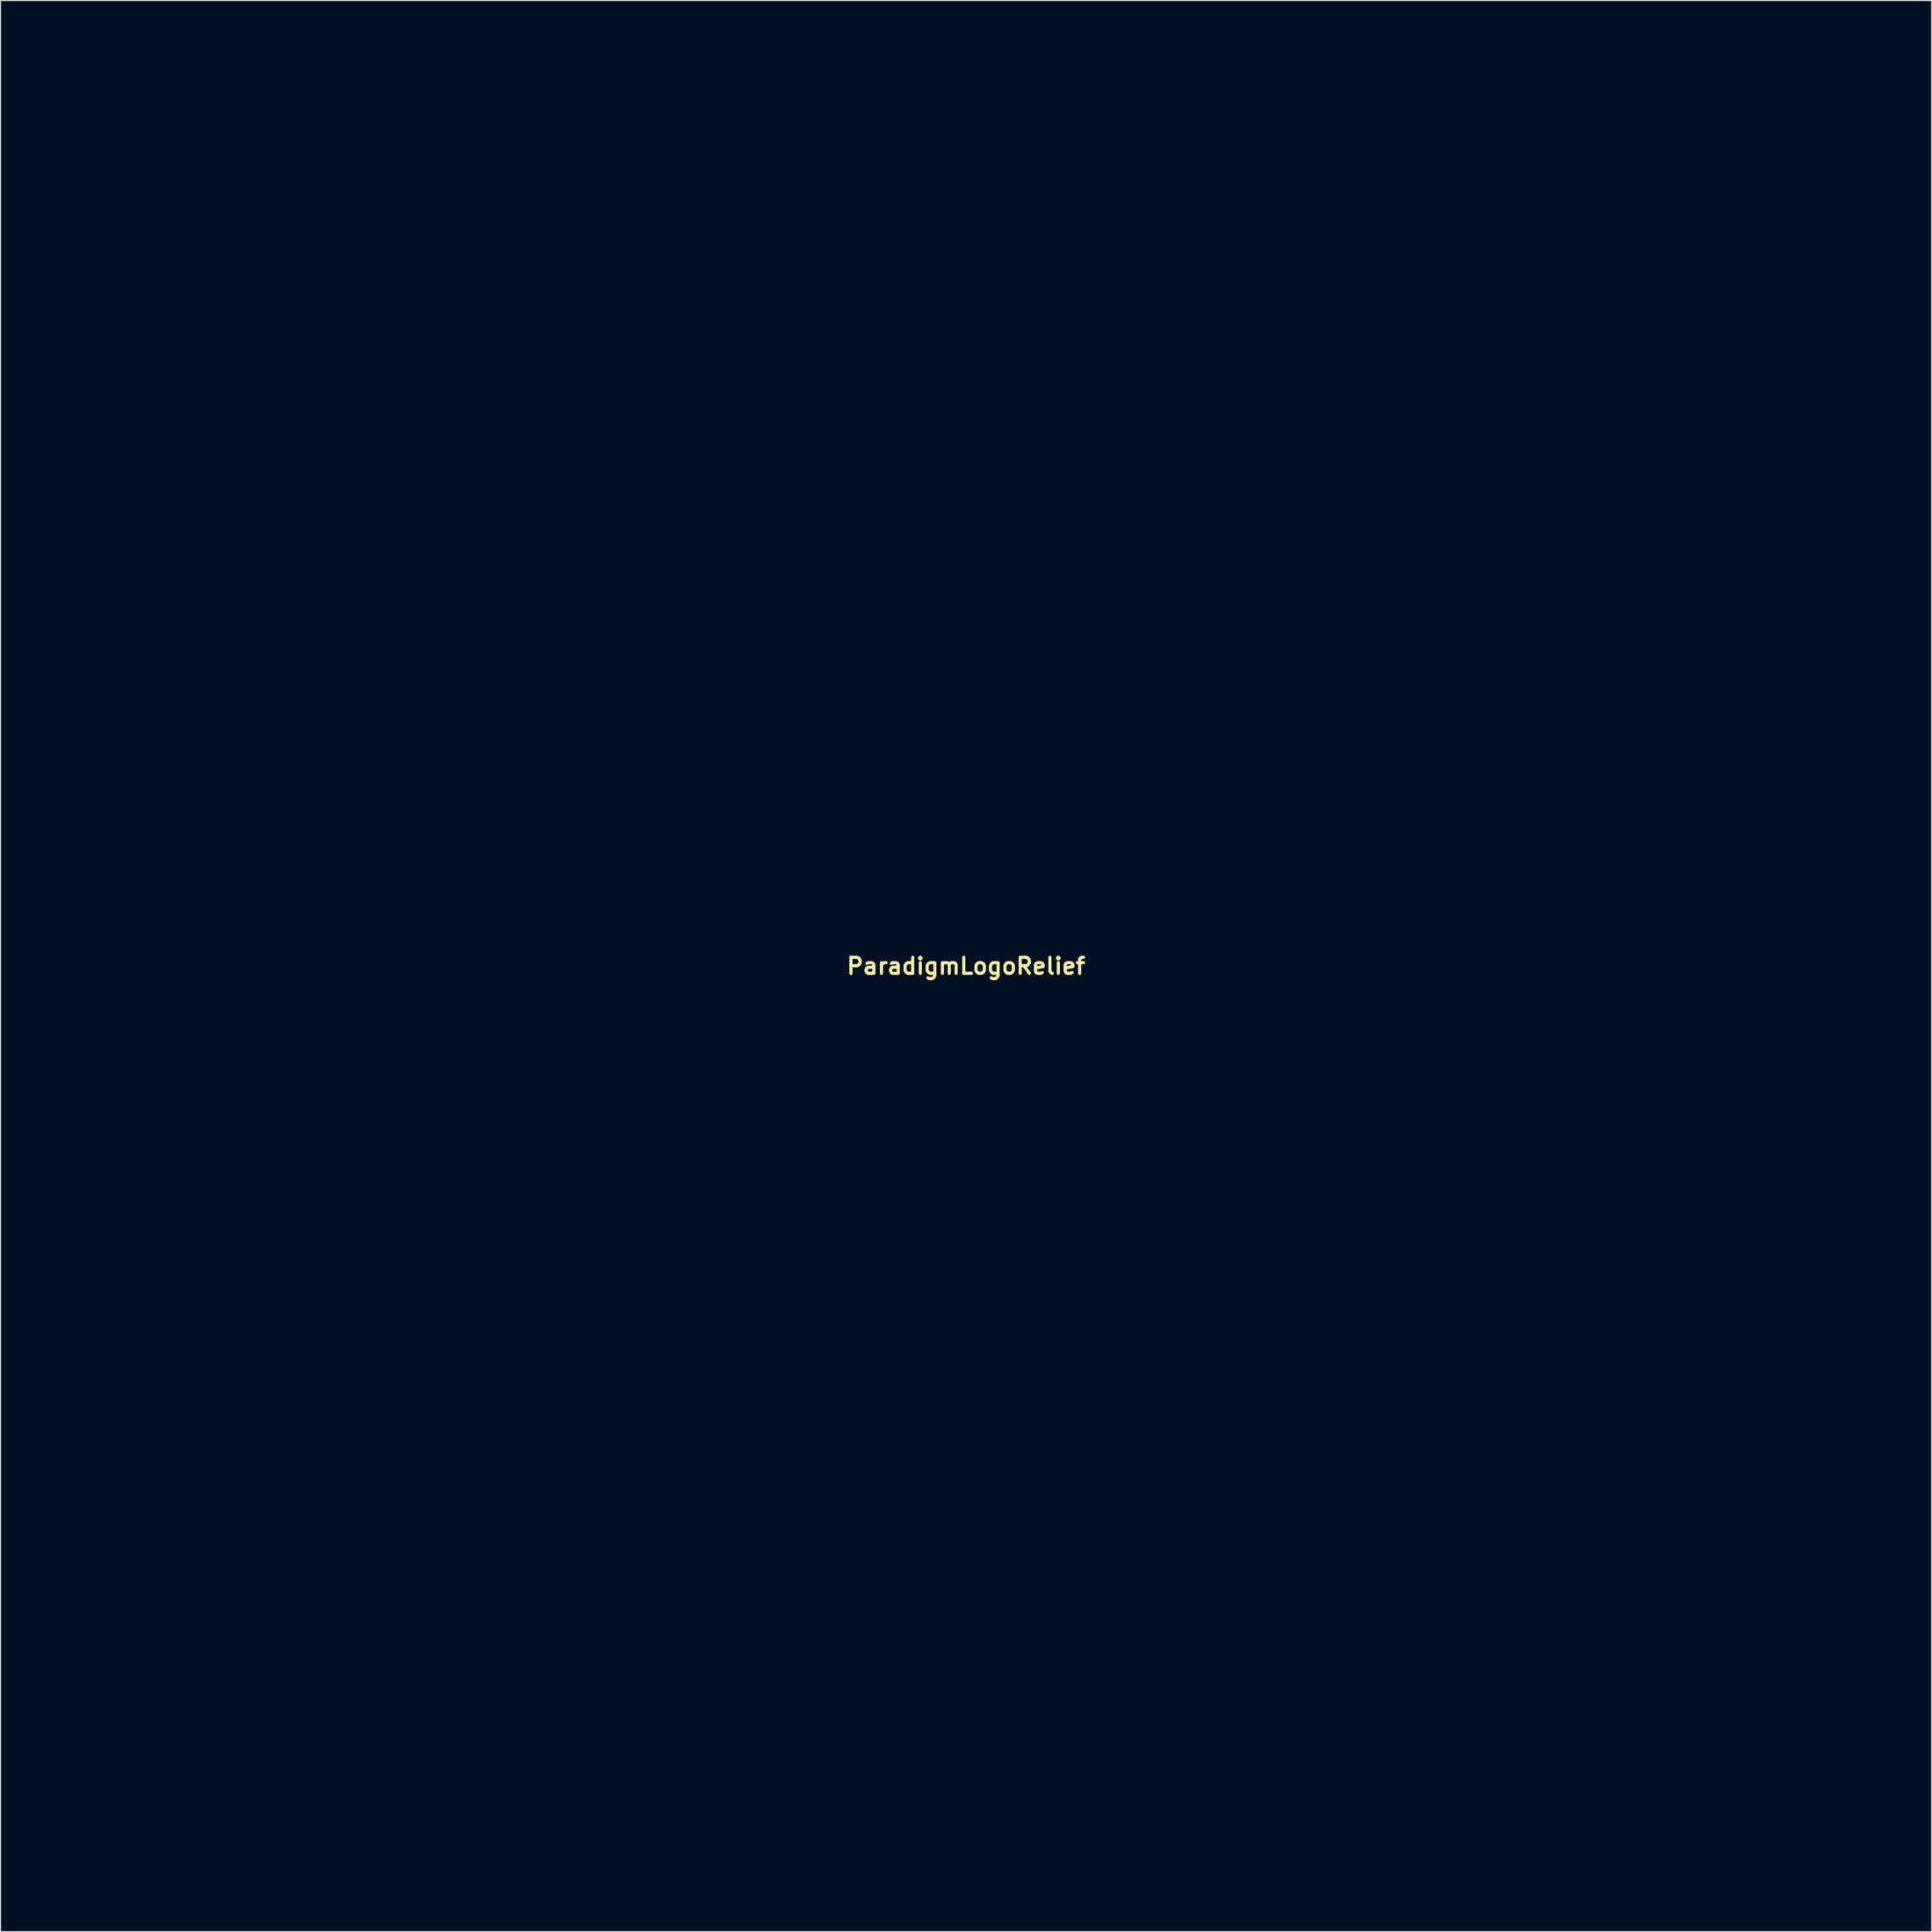
<source format=kicad_pcb>
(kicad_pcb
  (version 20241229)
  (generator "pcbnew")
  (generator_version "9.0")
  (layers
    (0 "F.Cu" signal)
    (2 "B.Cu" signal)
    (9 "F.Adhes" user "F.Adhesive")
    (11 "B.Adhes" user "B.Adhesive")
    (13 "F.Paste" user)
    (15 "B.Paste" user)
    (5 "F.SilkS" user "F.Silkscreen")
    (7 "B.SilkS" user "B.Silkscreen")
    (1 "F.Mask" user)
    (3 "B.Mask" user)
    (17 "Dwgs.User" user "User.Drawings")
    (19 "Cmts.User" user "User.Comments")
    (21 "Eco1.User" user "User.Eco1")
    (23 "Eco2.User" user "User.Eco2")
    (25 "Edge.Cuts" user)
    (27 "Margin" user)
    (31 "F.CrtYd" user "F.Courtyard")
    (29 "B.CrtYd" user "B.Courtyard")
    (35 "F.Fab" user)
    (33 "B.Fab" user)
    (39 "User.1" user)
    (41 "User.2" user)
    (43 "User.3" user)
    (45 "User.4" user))
  (footprint "ParadigmLogoRelief"
    (layer "F.Cu")
    (at 88.905 88.905)
    (property "Reference" "ParadigmLogoRelief" (at 0 0 0) (layer "F.SilkS") (effects (font (size 1.524 1.524) (thickness 0.3))))
    (attr through_hole)
    (fp_poly (pts (xy -13.736 -1.012) (xy -13.729 -0.305) (xy -13.726 0.502) (xy -13.727 1.34) (xy -13.73 2.139) (xy -13.736 2.726) (xy -13.758 4.606) (xy -14.085 4.229) (xy -14.255 4.015) (xy -14.486 3.699) (xy -14.759 3.312) (xy -15.053 2.883) (xy -15.348 2.442) (xy -15.626 2.016) (xy -15.867 1.637) (xy -16.051 1.332) (xy -16.158 1.132) (xy -16.165 1.116) (xy -16.207 1.001) (xy -16.218 0.894) (xy -16.185 0.766) (xy -16.099 0.589) (xy -15.945 0.332) (xy -15.713 -0.033) (xy -15.666 -0.107) (xy -15.356 -0.579) (xy -14.999 -1.111) (xy -14.643 -1.629) (xy -14.406 -1.965) (xy -13.758 -2.871) (xy -13.736 -1.012)) (stroke (width 0.01) (type solid)) (fill yes) (layer "F.Mask"))
    (fp_poly (pts (xy 0.764 -14.677) (xy 1.043 -14.495) (xy 1.387 -14.263) (xy 1.771 -13.997) (xy 2.17 -13.716) (xy 2.56 -13.436) (xy 2.918 -13.175) (xy 3.217 -12.951) (xy 3.435 -12.781) (xy 3.547 -12.683) (xy 3.556 -12.669) (xy 3.474 -12.664) (xy 3.24 -12.66) (xy 2.871 -12.656) (xy 2.384 -12.653) (xy 1.797 -12.651) (xy 1.126 -12.649) (xy 0.388 -12.648) (xy -0.14 -12.648) (xy -3.836 -12.649) (xy -3.444 -13.004) (xy -3.227 -13.182) (xy -2.899 -13.427) (xy -2.492 -13.717) (xy -2.04 -14.029) (xy -1.574 -14.342) (xy -1.128 -14.634) (xy -0.734 -14.881) (xy -0.506 -15.015) (xy -0.124 -15.233) (xy 0.764 -14.677)) (stroke (width 0.01) (type solid)) (fill yes) (layer "F.Mask"))
    (fp_poly (pts (xy -7.24 -11.269) (xy -7.388 -11.098) (xy -7.634 -10.833) (xy -7.965 -10.484) (xy -8.371 -10.065) (xy -8.839 -9.588) (xy -9.359 -9.064) (xy -9.786 -8.636) (xy -12.461 -5.969) (xy -12.406 -6.35) (xy -12.348 -6.712) (xy -12.268 -7.158) (xy -12.172 -7.662) (xy -12.066 -8.193) (xy -11.956 -8.725) (xy -11.847 -9.228) (xy -11.747 -9.674) (xy -11.66 -10.035) (xy -11.593 -10.282) (xy -11.556 -10.381) (xy -11.499 -10.442) (xy -11.397 -10.5) (xy -11.23 -10.56) (xy -10.98 -10.628) (xy -10.625 -10.709) (xy -10.147 -10.808) (xy -9.526 -10.93) (xy -9.366 -10.962) (xy -8.792 -11.071) (xy -8.272 -11.166) (xy -7.83 -11.243) (xy -7.487 -11.299) (xy -7.27 -11.33) (xy -7.201 -11.333) (xy -7.24 -11.269)) (stroke (width 0.01) (type solid)) (fill yes) (layer "F.Mask"))
    (fp_poly (pts (xy 3.413 14.718) (xy 3.271 14.824) (xy 3.024 14.998) (xy 2.694 15.225) (xy 2.306 15.49) (xy 1.881 15.776) (xy 1.443 16.068) (xy 1.015 16.351) (xy 0.621 16.609) (xy 0.284 16.828) (xy 0.027 16.991) (xy -0.127 17.082) (xy -0.16 17.097) (xy -0.242 17.05) (xy -0.444 16.921) (xy -0.749 16.723) (xy -1.136 16.467) (xy -1.588 16.167) (xy -2.032 15.869) (xy -2.523 15.538) (xy -2.966 15.235) (xy -3.341 14.975) (xy -3.63 14.771) (xy -3.814 14.636) (xy -3.873 14.584) (xy -3.796 14.571) (xy -3.566 14.558) (xy -3.201 14.547) (xy -2.717 14.538) (xy -2.13 14.53) (xy -1.459 14.524) (xy -0.72 14.521) (xy -0.122 14.52) (xy 3.65 14.52) (xy 3.413 14.718)) (stroke (width 0.01) (type solid)) (fill yes) (layer "F.Mask"))
    (fp_poly (pts (xy 7.281 -11.307) (xy 7.54 -11.269) (xy 7.917 -11.204) (xy 8.376 -11.12) (xy 8.884 -11.023) (xy 9.406 -10.92) (xy 9.907 -10.818) (xy 10.355 -10.724) (xy 10.713 -10.644) (xy 10.948 -10.585) (xy 10.984 -10.574) (xy 11.181 -10.498) (xy 11.293 -10.43) (xy 11.296 -10.425) (xy 11.326 -10.321) (xy 11.379 -10.079) (xy 11.452 -9.728) (xy 11.537 -9.294) (xy 11.631 -8.805) (xy 11.729 -8.289) (xy 11.824 -7.774) (xy 11.913 -7.287) (xy 11.989 -6.856) (xy 12.047 -6.508) (xy 12.083 -6.272) (xy 12.091 -6.174) (xy 12.028 -6.216) (xy 11.858 -6.366) (xy 11.593 -6.613) (xy 11.246 -6.946) (xy 10.829 -7.352) (xy 10.353 -7.82) (xy 9.831 -8.338) (xy 9.44 -8.73) (xy 6.816 -11.364) (xy 7.281 -11.307)) (stroke (width 0.01) (type solid)) (fill yes) (layer "F.Mask"))
    (fp_poly (pts (xy 12.09 8.112) (xy 12.081 8.237) (xy 12.044 8.497) (xy 11.982 8.865) (xy 11.904 9.31) (xy 11.813 9.803) (xy 11.715 10.314) (xy 11.617 10.813) (xy 11.523 11.273) (xy 11.439 11.662) (xy 11.372 11.951) (xy 11.336 12.082) (xy 11.235 12.282) (xy 11.109 12.398) (xy 11.102 12.4) (xy 10.979 12.429) (xy 10.721 12.483) (xy 10.356 12.556) (xy 9.912 12.644) (xy 9.416 12.74) (xy 8.899 12.84) (xy 8.387 12.938) (xy 7.909 13.028) (xy 7.493 13.105) (xy 7.167 13.164) (xy 6.96 13.2) (xy 6.901 13.207) (xy 6.941 13.15) (xy 7.089 12.985) (xy 7.335 12.725) (xy 7.665 12.381) (xy 8.069 11.967) (xy 8.535 11.493) (xy 9.051 10.972) (xy 9.441 10.582) (xy 10.117 9.907) (xy 10.683 9.349) (xy 11.143 8.901) (xy 11.505 8.559) (xy 11.775 8.315) (xy 11.958 8.165) (xy 12.061 8.102) (xy 12.09 8.112)) (stroke (width 0.01) (type solid)) (fill yes) (layer "F.Mask"))
    (fp_poly (pts (xy -12.357 7.957) (xy -12.187 8.118) (xy -11.922 8.375) (xy -11.573 8.717) (xy -11.154 9.131) (xy -10.676 9.605) (xy -10.151 10.127) (xy -9.737 10.541) (xy -9.186 11.093) (xy -8.676 11.608) (xy -8.218 12.073) (xy -7.824 12.476) (xy -7.505 12.806) (xy -7.274 13.049) (xy -7.142 13.194) (xy -7.116 13.232) (xy -7.209 13.228) (xy -7.435 13.197) (xy -7.76 13.143) (xy -8.151 13.072) (xy -8.17 13.068) (xy -9.006 12.908) (xy -9.691 12.773) (xy -10.24 12.662) (xy -10.669 12.569) (xy -10.993 12.491) (xy -11.227 12.424) (xy -11.387 12.364) (xy -11.489 12.308) (xy -11.547 12.252) (xy -11.556 12.24) (xy -11.594 12.124) (xy -11.656 11.875) (xy -11.737 11.517) (xy -11.831 11.08) (xy -11.934 10.588) (xy -12.038 10.07) (xy -12.141 9.552) (xy -12.234 9.061) (xy -12.315 8.624) (xy -12.376 8.269) (xy -12.414 8.021) (xy -12.421 7.908) (xy -12.42 7.904) (xy -12.357 7.957)) (stroke (width 0.01) (type solid)) (fill yes) (layer "F.Mask"))
    (fp_poly (pts (xy 13.554 -2.726) (xy 13.703 -2.537) (xy 13.911 -2.25) (xy 14.162 -1.888) (xy 14.441 -1.475) (xy 14.734 -1.033) (xy 15.025 -0.586) (xy 15.298 -0.157) (xy 15.539 0.231) (xy 15.733 0.556) (xy 15.864 0.793) (xy 15.917 0.92) (xy 15.917 0.925) (xy 15.869 1.069) (xy 15.727 1.34) (xy 15.499 1.727) (xy 15.191 2.219) (xy 14.808 2.806) (xy 14.719 2.94) (xy 14.344 3.503) (xy 14.051 3.94) (xy 13.831 4.264) (xy 13.673 4.491) (xy 13.566 4.634) (xy 13.501 4.71) (xy 13.466 4.731) (xy 13.454 4.72) (xy 13.447 4.619) (xy 13.441 4.372) (xy 13.436 4) (xy 13.433 3.523) (xy 13.432 2.962) (xy 13.431 2.339) (xy 13.432 1.674) (xy 13.433 0.987) (xy 13.436 0.299) (xy 13.44 -0.369) (xy 13.444 -0.996) (xy 13.449 -1.561) (xy 13.455 -2.044) (xy 13.462 -2.424) (xy 13.469 -2.68) (xy 13.477 -2.791) (xy 13.478 -2.794) (xy 13.554 -2.726)) (stroke (width 0.01) (type solid)) (fill yes) (layer "F.Mask"))
    (fp_poly (pts (xy -21.047 -6.755) (xy -20.515 -5.47) (xy -20.025 -4.326) (xy -19.566 -3.302) (xy -19.129 -2.378) (xy -18.704 -1.534) (xy -18.282 -0.748) (xy -18.075 -0.381) (xy -17.803 0.112) (xy -17.621 0.485) (xy -17.521 0.757) (xy -17.493 0.931) (xy -17.53 1.138) (xy -17.644 1.432) (xy -17.844 1.832) (xy -18.049 2.201) (xy -18.759 3.499) (xy -19.426 4.835) (xy -20.072 6.254) (xy -20.665 7.673) (xy -20.829 8.073) (xy -20.972 8.416) (xy -21.084 8.672) (xy -21.149 8.809) (xy -21.158 8.823) (xy -21.247 8.806) (xy -21.458 8.72) (xy -21.767 8.578) (xy -22.147 8.39) (xy -22.437 8.24) (xy -24.09 7.327) (xy -25.753 6.316) (xy -27.393 5.23) (xy -28.977 4.094) (xy -30.471 2.93) (xy -31.842 1.762) (xy -32.239 1.401) (xy -32.759 0.92) (xy -32.149 0.365) (xy -30.809 -0.793) (xy -29.347 -1.952) (xy -27.798 -3.086) (xy -26.201 -4.17) (xy -24.593 -5.177) (xy -23.011 -6.082) (xy -22.003 -6.609) (xy -21.16 -7.032) (xy -21.047 -6.755)) (stroke (width 0.01) (type solid)) (fill yes) (layer "F.Mask"))
    (fp_poly (pts (xy 0.762 18.638) (xy 1.877 19.248) (xy 3.097 19.871) (xy 4.366 20.479) (xy 5.624 21.043) (xy 6.813 21.537) (xy 6.943 21.589) (xy 7.269 21.72) (xy 7.537 21.835) (xy 7.705 21.916) (xy 7.738 21.936) (xy 7.723 22.029) (xy 7.635 22.247) (xy 7.484 22.57) (xy 7.281 22.975) (xy 7.038 23.442) (xy 6.766 23.95) (xy 6.475 24.478) (xy 6.177 25.003) (xy 5.882 25.506) (xy 5.828 25.595) (xy 4.578 27.556) (xy 3.194 29.509) (xy 1.708 31.41) (xy 0.971 32.288) (xy 0.64 32.672) (xy 0.348 33.007) (xy 0.112 33.275) (xy -0.05 33.455) (xy -0.121 33.527) (xy -0.123 33.528) (xy -0.189 33.47) (xy -0.341 33.316) (xy -0.552 33.095) (xy -0.641 32.999) (xy -1.788 31.693) (xy -2.942 30.25) (xy -4.079 28.702) (xy -5.18 27.079) (xy -6.223 25.413) (xy -7.186 23.733) (xy -7.524 23.104) (xy -8.13 21.95) (xy -7.007 21.502) (xy -5.515 20.876) (xy -4.007 20.179) (xy -2.449 19.397) (xy -0.81 18.513) (xy -0.508 18.345) (xy -0.127 18.131) (xy 0.762 18.638)) (stroke (width 0.01) (type solid)) (fill yes) (layer "F.Mask"))
    (fp_poly (pts (xy -16.768 2.018) (xy -16.64 2.152) (xy -16.458 2.374) (xy -16.213 2.695) (xy -15.895 3.127) (xy -15.495 3.681) (xy -15.268 3.998) (xy -14.883 4.54) (xy -14.525 5.047) (xy -14.208 5.502) (xy -13.944 5.885) (xy -13.747 6.176) (xy -13.631 6.356) (xy -13.61 6.393) (xy -13.571 6.523) (xy -13.509 6.794) (xy -13.428 7.182) (xy -13.334 7.661) (xy -13.23 8.206) (xy -13.121 8.791) (xy -13.013 9.391) (xy -12.909 9.981) (xy -12.814 10.535) (xy -12.732 11.028) (xy -12.669 11.435) (xy -12.628 11.73) (xy -12.615 11.882) (xy -12.627 11.963) (xy -12.68 12.003) (xy -12.803 12.002) (xy -13.027 11.958) (xy -13.379 11.869) (xy -13.462 11.848) (xy -14.161 11.649) (xy -14.981 11.389) (xy -15.888 11.079) (xy -16.849 10.729) (xy -17.695 10.404) (xy -18.526 10.07) (xy -19.193 9.783) (xy -19.699 9.544) (xy -20.042 9.353) (xy -20.222 9.208) (xy -20.252 9.133) (xy -20.173 8.873) (xy -20.032 8.492) (xy -19.837 8.01) (xy -19.598 7.448) (xy -19.325 6.827) (xy -19.027 6.168) (xy -18.715 5.491) (xy -18.398 4.818) (xy -18.086 4.168) (xy -17.788 3.563) (xy -17.514 3.024) (xy -17.274 2.571) (xy -17.077 2.225) (xy -16.934 2.008) (xy -16.899 1.966) (xy -16.851 1.96) (xy -16.768 2.018)) (stroke (width 0.01) (type solid)) (fill yes) (layer "F.Mask"))
    (fp_poly (pts (xy 22.86 -21.231) (xy 22.827 -20.235) (xy 22.73 -19.083) (xy 22.567 -17.777) (xy 22.339 -16.317) (xy 22.092 -14.944) (xy 21.929 -14.125) (xy 21.752 -13.301) (xy 21.565 -12.488) (xy 21.372 -11.703) (xy 21.179 -10.963) (xy 20.989 -10.284) (xy 20.809 -9.682) (xy 20.641 -9.176) (xy 20.492 -8.78) (xy 20.366 -8.513) (xy 20.267 -8.39) (xy 20.245 -8.384) (xy 20.091 -8.419) (xy 19.854 -8.506) (xy 19.727 -8.562) (xy 19.007 -8.878) (xy 18.164 -9.22) (xy 17.241 -9.574) (xy 16.28 -9.924) (xy 15.322 -10.254) (xy 14.409 -10.551) (xy 13.584 -10.798) (xy 13.462 -10.832) (xy 12.951 -10.973) (xy 12.578 -11.083) (xy 12.316 -11.176) (xy 12.142 -11.271) (xy 12.03 -11.383) (xy 11.954 -11.528) (xy 11.89 -11.724) (xy 11.843 -11.885) (xy 11.487 -13.074) (xy 11.158 -14.13) (xy 10.845 -15.083) (xy 10.537 -15.966) (xy 10.223 -16.81) (xy 9.892 -17.646) (xy 9.534 -18.505) (xy 9.525 -18.524) (xy 9.36 -18.932) (xy 9.245 -19.256) (xy 9.189 -19.473) (xy 9.194 -19.554) (xy 9.299 -19.605) (xy 9.534 -19.695) (xy 9.867 -19.812) (xy 10.265 -19.943) (xy 10.372 -19.978) (xy 12.083 -20.481) (xy 13.879 -20.93) (xy 15.718 -21.317) (xy 17.558 -21.636) (xy 19.358 -21.877) (xy 21.076 -22.034) (xy 21.696 -22.069) (xy 22.86 -22.124) (xy 22.86 -21.231)) (stroke (width 0.01) (type solid)) (fill yes) (layer "F.Mask"))
    (fp_poly (pts (xy -9.02 22.352) (xy -8.888 22.538) (xy -8.711 22.828) (xy -8.502 23.198) (xy -8.381 23.424) (xy -7.049 25.805) (xy -5.619 28.066) (xy -4.069 30.237) (xy -2.379 32.348) (xy -1.678 33.161) (xy -0.772 34.192) (xy -2.059 35.447) (xy -4.063 37.287) (xy -6.19 39.015) (xy -8.427 40.624) (xy -10.765 42.108) (xy -13.19 43.458) (xy -15.694 44.669) (xy -17.818 45.56) (xy -18.169 45.695) (xy -18.462 45.803) (xy -18.661 45.872) (xy -18.727 45.889) (xy -18.792 45.818) (xy -18.903 45.63) (xy -19.037 45.363) (xy -19.058 45.318) (xy -19.57 44.145) (xy -20.081 42.849) (xy -20.576 41.479) (xy -21.038 40.079) (xy -21.452 38.698) (xy -21.719 37.704) (xy -22.197 35.678) (xy -22.573 33.736) (xy -22.853 31.833) (xy -23.045 29.923) (xy -23.154 27.962) (xy -23.174 27.249) (xy -23.223 24.907) (xy -22.767 24.861) (xy -22.481 24.836) (xy -22.089 24.808) (xy -21.654 24.78) (xy -21.411 24.766) (xy -20.268 24.681) (xy -19.009 24.543) (xy -17.678 24.359) (xy -16.318 24.136) (xy -14.972 23.882) (xy -13.682 23.604) (xy -12.493 23.309) (xy -12.361 23.273) (xy -12.103 23.201) (xy -11.742 23.096) (xy -11.313 22.97) (xy -10.846 22.831) (xy -10.376 22.69) (xy -9.933 22.556) (xy -9.552 22.44) (xy -9.263 22.35) (xy -9.101 22.297) (xy -9.091 22.293) (xy -9.02 22.352)) (stroke (width 0.01) (type solid)) (fill yes) (layer "F.Mask"))
    (fp_poly (pts (xy 20.952 -6.985) (xy 21.16 -6.889) (xy 21.469 -6.734) (xy 21.855 -6.533) (xy 22.296 -6.298) (xy 22.769 -6.043) (xy 23.249 -5.779) (xy 23.715 -5.518) (xy 24.142 -5.274) (xy 24.501 -5.063) (xy 25.938 -4.159) (xy 27.4 -3.162) (xy 28.846 -2.104) (xy 30.233 -1.017) (xy 31.519 0.069) (xy 32.046 0.542) (xy 32.47 0.93) (xy 32.046 1.315) (xy 30.337 2.79) (xy 28.507 4.22) (xy 26.604 5.569) (xy 24.675 6.802) (xy 24.13 7.126) (xy 23.736 7.353) (xy 23.294 7.603) (xy 22.828 7.864) (xy 22.362 8.121) (xy 21.922 8.361) (xy 21.531 8.572) (xy 21.214 8.739) (xy 20.994 8.849) (xy 20.898 8.89) (xy 20.898 8.89) (xy 20.856 8.817) (xy 20.773 8.627) (xy 20.667 8.361) (xy 20.667 8.361) (xy 20.312 7.477) (xy 19.893 6.504) (xy 19.431 5.484) (xy 18.945 4.459) (xy 18.455 3.472) (xy 17.98 2.565) (xy 17.576 1.837) (xy 17.386 1.501) (xy 17.232 1.214) (xy 17.132 1.012) (xy 17.103 0.932) (xy 17.142 0.829) (xy 17.251 0.611) (xy 17.413 0.307) (xy 17.611 -0.052) (xy 17.642 -0.106) (xy 18.18 -1.09) (xy 18.731 -2.166) (xy 19.275 -3.287) (xy 19.788 -4.406) (xy 20.249 -5.478) (xy 20.627 -6.43) (xy 20.735 -6.708) (xy 20.821 -6.916) (xy 20.868 -7.01) (xy 20.868 -7.011) (xy 20.952 -6.985)) (stroke (width 0.01) (type solid)) (fill yes) (layer "F.Mask"))
    (fp_poly (pts (xy 16.636 2.002) (xy 16.784 2.222) (xy 16.982 2.56) (xy 17.221 2.998) (xy 17.491 3.518) (xy 17.784 4.1) (xy 18.089 4.726) (xy 18.399 5.379) (xy 18.703 6.038) (xy 18.994 6.687) (xy 19.26 7.306) (xy 19.46 7.789) (xy 19.667 8.305) (xy 19.815 8.687) (xy 19.905 8.959) (xy 19.936 9.146) (xy 19.91 9.272) (xy 19.827 9.361) (xy 19.687 9.439) (xy 19.501 9.525) (xy 19.07 9.717) (xy 18.52 9.949) (xy 17.891 10.206) (xy 17.224 10.47) (xy 16.56 10.725) (xy 15.939 10.957) (xy 15.402 11.148) (xy 15.325 11.175) (xy 14.774 11.358) (xy 14.228 11.532) (xy 13.71 11.691) (xy 13.243 11.828) (xy 12.851 11.937) (xy 12.558 12.009) (xy 12.387 12.039) (xy 12.352 12.033) (xy 12.357 11.896) (xy 12.388 11.616) (xy 12.442 11.221) (xy 12.513 10.735) (xy 12.599 10.184) (xy 12.694 9.592) (xy 12.794 8.985) (xy 12.896 8.389) (xy 12.996 7.827) (xy 13.088 7.327) (xy 13.168 6.912) (xy 13.234 6.608) (xy 13.279 6.441) (xy 13.282 6.435) (xy 13.358 6.301) (xy 13.515 6.06) (xy 13.739 5.731) (xy 14.016 5.334) (xy 14.331 4.888) (xy 14.67 4.413) (xy 15.019 3.928) (xy 15.364 3.455) (xy 15.69 3.011) (xy 15.984 2.617) (xy 16.23 2.293) (xy 16.415 2.059) (xy 16.524 1.933) (xy 16.546 1.918) (xy 16.636 2.002)) (stroke (width 0.01) (type solid)) (fill yes) (layer "F.Mask"))
    (fp_poly (pts (xy 10.972 13.399) (xy 10.974 13.505) (xy 10.922 13.75) (xy 10.825 14.113) (xy 10.687 14.573) (xy 10.517 15.112) (xy 10.321 15.708) (xy 10.105 16.342) (xy 9.877 16.993) (xy 9.642 17.641) (xy 9.409 18.266) (xy 9.183 18.848) (xy 9.003 19.292) (xy 8.755 19.884) (xy 8.561 20.336) (xy 8.414 20.664) (xy 8.305 20.885) (xy 8.227 21.015) (xy 8.171 21.073) (xy 8.147 21.079) (xy 8.051 21.048) (xy 7.827 20.964) (xy 7.502 20.838) (xy 7.106 20.681) (xy 6.858 20.582) (xy 6.07 20.255) (xy 5.242 19.895) (xy 4.418 19.523) (xy 3.645 19.158) (xy 2.966 18.822) (xy 2.724 18.696) (xy 2.111 18.369) (xy 1.635 18.112) (xy 1.284 17.915) (xy 1.045 17.773) (xy 0.904 17.676) (xy 0.849 17.619) (xy 0.847 17.609) (xy 0.913 17.541) (xy 1.099 17.39) (xy 1.386 17.172) (xy 1.753 16.9) (xy 2.18 16.588) (xy 2.648 16.25) (xy 3.138 15.901) (xy 3.629 15.553) (xy 4.102 15.223) (xy 4.537 14.922) (xy 4.914 14.666) (xy 5.213 14.468) (xy 5.416 14.343) (xy 5.49 14.306) (xy 5.635 14.272) (xy 5.913 14.217) (xy 6.302 14.146) (xy 6.776 14.062) (xy 7.312 13.969) (xy 7.886 13.872) (xy 8.473 13.775) (xy 9.051 13.68) (xy 9.594 13.593) (xy 10.079 13.518) (xy 10.482 13.457) (xy 10.779 13.416) (xy 10.945 13.398) (xy 10.972 13.399)) (stroke (width 0.01) (type solid)) (fill yes) (layer "F.Mask"))
    (fp_poly (pts (xy -8.311 -19.114) (xy -8.005 -19.04) (xy -7.578 -18.898) (xy -7.043 -18.695) (xy -6.416 -18.437) (xy -5.71 -18.128) (xy -4.939 -17.776) (xy -4.118 -17.385) (xy -3.463 -17.063) (xy -2.911 -16.783) (xy -2.398 -16.512) (xy -1.943 -16.263) (xy -1.566 -16.047) (xy -1.289 -15.875) (xy -1.13 -15.759) (xy -1.101 -15.719) (xy -1.166 -15.662) (xy -1.341 -15.535) (xy -1.594 -15.361) (xy -1.714 -15.28) (xy -1.969 -15.107) (xy -2.328 -14.855) (xy -2.764 -14.546) (xy -3.244 -14.202) (xy -3.738 -13.845) (xy -3.887 -13.736) (xy -4.351 -13.401) (xy -4.783 -13.095) (xy -5.161 -12.834) (xy -5.46 -12.633) (xy -5.657 -12.51) (xy -5.707 -12.484) (xy -5.832 -12.45) (xy -6.098 -12.394) (xy -6.481 -12.319) (xy -6.956 -12.23) (xy -7.497 -12.13) (xy -8.079 -12.026) (xy -8.678 -11.92) (xy -9.267 -11.818) (xy -9.822 -11.724) (xy -10.317 -11.642) (xy -10.727 -11.577) (xy -11.028 -11.533) (xy -11.194 -11.515) (xy -11.204 -11.515) (xy -11.255 -11.583) (xy -11.261 -11.638) (xy -11.235 -11.782) (xy -11.163 -12.058) (xy -11.055 -12.439) (xy -10.917 -12.898) (xy -10.76 -13.407) (xy -10.591 -13.939) (xy -10.419 -14.466) (xy -10.253 -14.961) (xy -10.102 -15.396) (xy -10.035 -15.579) (xy -9.789 -16.227) (xy -9.54 -16.857) (xy -9.297 -17.447) (xy -9.069 -17.979) (xy -8.864 -18.431) (xy -8.692 -18.785) (xy -8.562 -19.019) (xy -8.481 -19.115) (xy -8.311 -19.114)) (stroke (width 0.01) (type solid)) (fill yes) (layer "F.Mask"))
    (fp_poly (pts (xy 12.68 -10.116) (xy 13.038 -10.03) (xy 13.486 -9.907) (xy 14.001 -9.754) (xy 14.559 -9.577) (xy 15.028 -9.42) (xy 15.435 -9.276) (xy 15.918 -9.1) (xy 16.456 -8.898) (xy 17.025 -8.682) (xy 17.603 -8.458) (xy 18.167 -8.237) (xy 18.694 -8.027) (xy 19.161 -7.837) (xy 19.545 -7.677) (xy 19.825 -7.555) (xy 19.976 -7.48) (xy 19.994 -7.467) (xy 19.984 -7.369) (xy 19.913 -7.138) (xy 19.79 -6.797) (xy 19.625 -6.366) (xy 19.425 -5.868) (xy 19.2 -5.325) (xy 18.959 -4.758) (xy 18.709 -4.19) (xy 18.461 -3.641) (xy 18.423 -3.56) (xy 18.226 -3.144) (xy 17.995 -2.675) (xy 17.746 -2.178) (xy 17.49 -1.679) (xy 17.242 -1.204) (xy 17.015 -0.778) (xy 16.822 -0.427) (xy 16.677 -0.177) (xy 16.595 -0.056) (xy 16.531 -0.105) (xy 16.383 -0.276) (xy 16.162 -0.555) (xy 15.879 -0.924) (xy 15.548 -1.369) (xy 15.18 -1.874) (xy 14.966 -2.173) (xy 14.578 -2.717) (xy 14.219 -3.224) (xy 13.901 -3.676) (xy 13.637 -4.055) (xy 13.44 -4.341) (xy 13.323 -4.518) (xy 13.299 -4.558) (xy 13.263 -4.68) (xy 13.205 -4.94) (xy 13.13 -5.314) (xy 13.042 -5.779) (xy 12.944 -6.31) (xy 12.841 -6.884) (xy 12.737 -7.477) (xy 12.637 -8.065) (xy 12.543 -8.624) (xy 12.462 -9.13) (xy 12.395 -9.56) (xy 12.349 -9.89) (xy 12.326 -10.095) (xy 12.328 -10.154) (xy 12.436 -10.16) (xy 12.68 -10.116)) (stroke (width 0.01) (type solid)) (fill yes) (layer "F.Mask"))
    (fp_poly (pts (xy 20.406 10.274) (xy 20.482 10.504) (xy 20.588 10.843) (xy 20.715 11.263) (xy 20.856 11.739) (xy 21.003 12.243) (xy 21.148 12.748) (xy 21.283 13.226) (xy 21.399 13.652) (xy 21.49 13.997) (xy 21.498 14.029) (xy 21.995 16.208) (xy 22.385 18.379) (xy 22.663 20.498) (xy 22.769 21.675) (xy 22.805 22.161) (xy 22.841 22.63) (xy 22.872 23.036) (xy 22.896 23.332) (xy 22.9 23.38) (xy 22.917 23.654) (xy 22.9 23.804) (xy 22.838 23.877) (xy 22.752 23.908) (xy 22.517 23.939) (xy 22.147 23.951) (xy 21.672 23.943) (xy 21.125 23.917) (xy 20.537 23.873) (xy 20.066 23.827) (xy 19.04 23.7) (xy 17.917 23.531) (xy 16.731 23.327) (xy 15.516 23.097) (xy 14.305 22.845) (xy 13.132 22.58) (xy 12.03 22.308) (xy 11.035 22.037) (xy 10.271 21.804) (xy 9.896 21.679) (xy 9.575 21.566) (xy 9.346 21.481) (xy 9.252 21.438) (xy 9.232 21.369) (xy 9.261 21.206) (xy 9.343 20.937) (xy 9.483 20.547) (xy 9.686 20.021) (xy 9.787 19.766) (xy 10.089 18.983) (xy 10.424 18.067) (xy 10.781 17.049) (xy 11.152 15.958) (xy 11.524 14.826) (xy 11.862 13.763) (xy 12.072 13.091) (xy 13.212 12.766) (xy 14.392 12.41) (xy 15.639 12) (xy 16.9 11.554) (xy 18.124 11.091) (xy 19.262 10.628) (xy 19.844 10.375) (xy 20.103 10.265) (xy 20.292 10.195) (xy 20.368 10.18) (xy 20.406 10.274)) (stroke (width 0.01) (type solid)) (fill yes) (layer "F.Mask"))
    (fp_poly (pts (xy 24.746 -22.174) (xy 25.238 -22.16) (xy 25.803 -22.139) (xy 26.418 -22.113) (xy 27.058 -22.082) (xy 27.699 -22.048) (xy 28.319 -22.011) (xy 28.892 -21.974) (xy 29.394 -21.936) (xy 29.803 -21.899) (xy 29.93 -21.886) (xy 32.302 -21.554) (xy 34.679 -21.103) (xy 37.032 -20.54) (xy 39.332 -19.873) (xy 41.548 -19.11) (xy 43.651 -18.259) (xy 44.211 -18.008) (xy 44.861 -17.711) (xy 44.604 -17.047) (xy 43.514 -14.458) (xy 42.286 -11.948) (xy 40.927 -9.524) (xy 39.441 -7.198) (xy 37.837 -4.979) (xy 36.118 -2.877) (xy 34.401 -1.011) (xy 34.029 -0.633) (xy 33.697 -0.3) (xy 33.421 -0.031) (xy 33.222 0.158) (xy 33.116 0.249) (xy 33.105 0.254) (xy 33.023 0.201) (xy 32.84 0.054) (xy 32.58 -0.165) (xy 32.269 -0.437) (xy 32.164 -0.53) (xy 30.132 -2.244) (xy 28.017 -3.834) (xy 25.801 -5.314) (xy 23.463 -6.698) (xy 22.31 -7.322) (xy 21.921 -7.527) (xy 21.59 -7.701) (xy 21.343 -7.831) (xy 21.208 -7.903) (xy 21.19 -7.913) (xy 21.207 -7.992) (xy 21.269 -8.192) (xy 21.362 -8.471) (xy 21.383 -8.533) (xy 21.845 -9.979) (xy 22.275 -11.557) (xy 22.665 -13.231) (xy 23.009 -14.965) (xy 23.301 -16.724) (xy 23.533 -18.472) (xy 23.699 -20.174) (xy 23.759 -21.069) (xy 23.789 -21.525) (xy 23.821 -21.838) (xy 23.86 -22.033) (xy 23.909 -22.135) (xy 23.95 -22.164) (xy 24.078 -22.177) (xy 24.352 -22.18) (xy 24.746 -22.174)) (stroke (width 0.01) (type solid)) (fill yes) (layer "F.Mask"))
    (fp_poly (pts (xy -44.973 20.63) (xy -43.08 21.433) (xy -41.072 22.176) (xy -38.996 22.847) (xy -36.903 23.429) (xy -34.839 23.907) (xy -33.909 24.089) (xy -32.524 24.317) (xy -31.044 24.514) (xy -29.519 24.674) (xy -28.003 24.794) (xy -26.546 24.868) (xy -25.277 24.892) (xy -24.156 24.892) (xy -24.099 26.818) (xy -23.935 29.754) (xy -23.619 32.618) (xy -23.149 35.418) (xy -22.524 38.159) (xy -21.742 40.847) (xy -20.804 43.488) (xy -19.862 45.743) (xy -19.643 46.232) (xy -19.876 46.321) (xy -20.116 46.404) (xy -20.484 46.521) (xy -20.943 46.662) (xy -21.459 46.816) (xy -21.995 46.971) (xy -22.515 47.118) (xy -22.976 47.244) (xy -25.551 47.849) (xy -28.196 48.313) (xy -30.882 48.634) (xy -33.579 48.808) (xy -36.258 48.832) (xy -38.1 48.759) (xy -39.735 48.627) (xy -41.478 48.423) (xy -43.18 48.17) (xy -43.816 48.062) (xy -44.441 47.948) (xy -45.032 47.834) (xy -45.565 47.723) (xy -46.019 47.623) (xy -46.368 47.536) (xy -46.591 47.468) (xy -46.66 47.433) (xy -46.724 47.296) (xy -46.806 47.011) (xy -46.903 46.6) (xy -47.012 46.082) (xy -47.128 45.48) (xy -47.248 44.812) (xy -47.368 44.101) (xy -47.485 43.366) (xy -47.594 42.627) (xy -47.692 41.907) (xy -47.754 41.408) (xy -47.983 38.801) (xy -48.059 36.146) (xy -47.985 33.463) (xy -47.764 30.776) (xy -47.397 28.104) (xy -46.886 25.47) (xy -46.233 22.895) (xy -45.711 21.191) (xy -45.454 20.412) (xy -44.973 20.63)) (stroke (width 0.01) (type solid)) (fill yes) (layer "F.Mask"))
    (fp_poly (pts (xy -20.559 10.303) (xy -20.324 10.369) (xy -19.973 10.486) (xy -19.527 10.648) (xy -19.005 10.848) (xy -18.865 10.903) (xy -18.302 11.118) (xy -17.612 11.368) (xy -16.831 11.642) (xy -15.994 11.928) (xy -15.137 12.213) (xy -14.295 12.486) (xy -13.504 12.735) (xy -12.799 12.947) (xy -12.644 12.992) (xy -12.45 13.088) (xy -12.362 13.164) (xy -12.308 13.282) (xy -12.217 13.534) (xy -12.101 13.89) (xy -11.968 14.322) (xy -11.855 14.706) (xy -11.227 16.713) (xy -10.495 18.732) (xy -9.956 20.063) (xy -9.776 20.5) (xy -9.627 20.882) (xy -9.521 21.182) (xy -9.465 21.375) (xy -9.463 21.432) (xy -9.574 21.485) (xy -9.823 21.574) (xy -10.186 21.691) (xy -10.638 21.83) (xy -11.152 21.982) (xy -11.705 22.142) (xy -12.271 22.301) (xy -12.825 22.451) (xy -13.343 22.587) (xy -13.758 22.69) (xy -15.233 23.019) (xy -16.762 23.312) (xy -18.249 23.553) (xy -18.415 23.576) (xy -18.897 23.638) (xy -19.467 23.703) (xy -20.089 23.766) (xy -20.727 23.826) (xy -21.344 23.878) (xy -21.904 23.92) (xy -22.371 23.948) (xy -22.708 23.96) (xy -22.721 23.96) (xy -23.217 23.961) (xy -23.161 23.008) (xy -22.913 20.213) (xy -22.499 17.413) (xy -21.92 14.62) (xy -21.762 13.975) (xy -21.619 13.42) (xy -21.463 12.843) (xy -21.301 12.27) (xy -21.142 11.726) (xy -20.993 11.235) (xy -20.861 10.822) (xy -20.754 10.512) (xy -20.679 10.33) (xy -20.657 10.297) (xy -20.559 10.303)) (stroke (width 0.01) (type solid)) (fill yes) (layer "F.Mask"))
    (fp_poly (pts (xy -12.615 -10.15) (xy -12.629 -10.042) (xy -12.666 -9.798) (xy -12.723 -9.452) (xy -12.792 -9.036) (xy -12.821 -8.866) (xy -12.911 -8.335) (xy -13.014 -7.705) (xy -13.121 -7.043) (xy -13.22 -6.419) (xy -13.249 -6.232) (xy -13.331 -5.739) (xy -13.416 -5.287) (xy -13.497 -4.911) (xy -13.567 -4.644) (xy -13.605 -4.54) (xy -13.679 -4.423) (xy -13.836 -4.19) (xy -14.061 -3.862) (xy -14.34 -3.46) (xy -14.657 -3.006) (xy -14.998 -2.521) (xy -15.346 -2.026) (xy -15.688 -1.543) (xy -16.008 -1.093) (xy -16.291 -0.698) (xy -16.523 -0.378) (xy -16.687 -0.156) (xy -16.766 -0.055) (xy -16.835 -0.089) (xy -16.961 -0.241) (xy -17.12 -0.482) (xy -17.169 -0.563) (xy -17.402 -0.982) (xy -17.685 -1.518) (xy -17.999 -2.134) (xy -18.326 -2.794) (xy -18.647 -3.458) (xy -18.944 -4.091) (xy -19.198 -4.654) (xy -19.218 -4.699) (xy -19.363 -5.036) (xy -19.53 -5.433) (xy -19.707 -5.86) (xy -19.881 -6.287) (xy -20.042 -6.685) (xy -20.176 -7.023) (xy -20.272 -7.272) (xy -20.318 -7.402) (xy -20.32 -7.413) (xy -20.246 -7.459) (xy -20.042 -7.557) (xy -19.734 -7.697) (xy -19.35 -7.865) (xy -18.915 -8.051) (xy -18.457 -8.243) (xy -18.001 -8.43) (xy -17.695 -8.552) (xy -17.123 -8.773) (xy -16.512 -8.997) (xy -15.884 -9.218) (xy -15.258 -9.431) (xy -14.654 -9.629) (xy -14.092 -9.805) (xy -13.592 -9.953) (xy -13.175 -10.067) (xy -12.86 -10.141) (xy -12.668 -10.168) (xy -12.615 -10.15)) (stroke (width 0.01) (type solid)) (fill yes) (layer "F.Mask"))
    (fp_poly (pts (xy -45.975 -17.219) (xy -45.916 -17.112) (xy -45.814 -16.885) (xy -45.687 -16.577) (xy -45.611 -16.383) (xy -44.633 -14.051) (xy -43.504 -11.736) (xy -42.237 -9.461) (xy -40.847 -7.246) (xy -39.346 -5.112) (xy -37.75 -3.082) (xy -36.072 -1.175) (xy -34.981 -0.049) (xy -34.049 0.876) (xy -35.292 2.195) (xy -36.343 3.33) (xy -37.285 4.39) (xy -38.142 5.405) (xy -38.938 6.406) (xy -39.698 7.422) (xy -40.445 8.485) (xy -41.109 9.479) (xy -41.884 10.718) (xy -42.669 12.075) (xy -43.437 13.502) (xy -44.164 14.951) (xy -44.826 16.374) (xy -45.334 17.568) (xy -45.509 17.999) (xy -45.666 18.386) (xy -45.792 18.697) (xy -45.874 18.899) (xy -45.892 18.944) (xy -45.976 19.09) (xy -46.036 19.135) (xy -46.129 19.096) (xy -46.344 18.991) (xy -46.656 18.831) (xy -47.037 18.63) (xy -47.329 18.474) (xy -49.574 17.202) (xy -51.68 15.871) (xy -53.671 14.463) (xy -55.573 12.958) (xy -57.41 11.339) (xy -58.987 9.811) (xy -60.498 8.223) (xy -61.882 6.639) (xy -63.173 5.012) (xy -64.408 3.3) (xy -65.356 1.873) (xy -65.968 0.922) (xy -65.391 0.016) (xy -63.815 -2.3) (xy -62.102 -4.524) (xy -60.258 -6.647) (xy -58.294 -8.661) (xy -56.216 -10.558) (xy -54.034 -12.33) (xy -51.757 -13.967) (xy -49.644 -15.313) (xy -49.039 -15.67) (xy -48.44 -16.012) (xy -47.866 -16.331) (xy -47.335 -16.615) (xy -46.867 -16.856) (xy -46.478 -17.044) (xy -46.188 -17.17) (xy -46.014 -17.224) (xy -45.975 -17.219)) (stroke (width 0.01) (type solid)) (fill yes) (layer "F.Mask"))
    (fp_poly (pts (xy -24.657 -22.18) (xy -24.364 -22.161) (xy -24.184 -22.1) (xy -24.089 -21.976) (xy -24.053 -21.766) (xy -24.047 -21.446) (xy -24.046 -21.331) (xy -24.031 -20.844) (xy -23.989 -20.222) (xy -23.923 -19.494) (xy -23.838 -18.693) (xy -23.737 -17.848) (xy -23.624 -16.991) (xy -23.502 -16.153) (xy -23.376 -15.363) (xy -23.279 -14.817) (xy -23.065 -13.75) (xy -22.814 -12.634) (xy -22.538 -11.516) (xy -22.249 -10.442) (xy -21.958 -9.458) (xy -21.762 -8.853) (xy -21.65 -8.512) (xy -21.563 -8.227) (xy -21.513 -8.038) (xy -21.505 -7.992) (xy -21.577 -7.92) (xy -21.774 -7.787) (xy -22.073 -7.609) (xy -22.447 -7.401) (xy -22.722 -7.255) (xy -24.674 -6.173) (xy -26.626 -4.966) (xy -28.539 -3.661) (xy -30.373 -2.284) (xy -32.089 -0.864) (xy -32.565 -0.442) (xy -33.423 0.331) (xy -34.39 -0.66) (xy -36.257 -2.681) (xy -37.978 -4.768) (xy -39.564 -6.937) (xy -41.026 -9.205) (xy -42.377 -11.588) (xy -43.097 -12.996) (xy -43.348 -13.515) (xy -43.614 -14.08) (xy -43.886 -14.67) (xy -44.153 -15.263) (xy -44.406 -15.837) (xy -44.636 -16.369) (xy -44.832 -16.837) (xy -44.986 -17.22) (xy -45.088 -17.496) (xy -45.127 -17.642) (xy -45.127 -17.647) (xy -45.05 -17.719) (xy -44.824 -17.844) (xy -44.46 -18.019) (xy -43.968 -18.237) (xy -43.36 -18.495) (xy -43.137 -18.587) (xy -40.545 -19.562) (xy -37.887 -20.387) (xy -35.179 -21.062) (xy -32.439 -21.58) (xy -29.683 -21.941) (xy -26.926 -22.14) (xy -25.092 -22.181) (xy -24.657 -22.18)) (stroke (width 0.01) (type solid)) (fill yes) (layer "F.Mask"))
    (fp_poly (pts (xy 8.204 -19.183) (xy 8.266 -19.087) (xy 8.38 -18.858) (xy 8.534 -18.52) (xy 8.718 -18.099) (xy 8.922 -17.619) (xy 9.135 -17.104) (xy 9.346 -16.58) (xy 9.545 -16.071) (xy 9.723 -15.601) (xy 9.768 -15.477) (xy 9.895 -15.118) (xy 10.043 -14.681) (xy 10.206 -14.191) (xy 10.374 -13.676) (xy 10.538 -13.163) (xy 10.69 -12.679) (xy 10.822 -12.252) (xy 10.924 -11.908) (xy 10.988 -11.674) (xy 11.007 -11.583) (xy 10.979 -11.536) (xy 10.873 -11.53) (xy 10.654 -11.565) (xy 10.499 -11.598) (xy 10.297 -11.636) (xy 9.96 -11.696) (xy 9.519 -11.772) (xy 9.006 -11.859) (xy 8.451 -11.951) (xy 7.887 -12.043) (xy 7.345 -12.131) (xy 6.856 -12.209) (xy 6.453 -12.271) (xy 6.166 -12.313) (xy 6.096 -12.322) (xy 5.78 -12.38) (xy 5.491 -12.462) (xy 5.376 -12.509) (xy 5.23 -12.597) (xy 4.977 -12.764) (xy 4.637 -12.995) (xy 4.232 -13.277) (xy 3.779 -13.595) (xy 3.3 -13.935) (xy 2.813 -14.283) (xy 2.34 -14.625) (xy 1.899 -14.946) (xy 1.51 -15.232) (xy 1.193 -15.469) (xy 0.969 -15.644) (xy 0.856 -15.741) (xy 0.847 -15.754) (xy 0.922 -15.841) (xy 1.134 -15.985) (xy 1.465 -16.178) (xy 1.897 -16.411) (xy 2.41 -16.676) (xy 2.987 -16.963) (xy 3.608 -17.264) (xy 4.256 -17.571) (xy 4.912 -17.875) (xy 5.556 -18.167) (xy 6.172 -18.439) (xy 6.739 -18.681) (xy 7.24 -18.886) (xy 7.656 -19.045) (xy 7.969 -19.149) (xy 8.16 -19.189) (xy 8.204 -19.183)) (stroke (width 0.01) (type solid)) (fill yes) (layer "F.Mask"))
    (fp_poly (pts (xy 34.022 2.422) (xy 35.405 3.92) (xy 36.661 5.371) (xy 37.813 6.803) (xy 38.885 8.247) (xy 39.899 9.732) (xy 40.497 10.668) (xy 41.56 12.464) (xy 42.573 14.356) (xy 43.505 16.286) (xy 44.329 18.198) (xy 44.526 18.696) (xy 44.865 19.569) (xy 44.298 19.825) (xy 42.578 20.552) (xy 40.747 21.238) (xy 38.862 21.863) (xy 36.978 22.407) (xy 35.879 22.686) (xy 33.972 23.105) (xy 32.087 23.44) (xy 30.18 23.696) (xy 28.211 23.881) (xy 26.136 23.997) (xy 25.614 24.016) (xy 25.018 24.034) (xy 24.57 24.042) (xy 24.25 24.041) (xy 24.037 24.029) (xy 23.912 24.006) (xy 23.853 23.971) (xy 23.843 23.953) (xy 23.823 23.824) (xy 23.799 23.565) (xy 23.773 23.216) (xy 23.751 22.86) (xy 23.58 20.712) (xy 23.303 18.507) (xy 22.93 16.311) (xy 22.47 14.193) (xy 22.426 14.012) (xy 22.306 13.547) (xy 22.162 13.013) (xy 22.003 12.444) (xy 21.838 11.869) (xy 21.676 11.321) (xy 21.526 10.832) (xy 21.399 10.432) (xy 21.302 10.154) (xy 21.278 10.093) (xy 21.206 9.9) (xy 21.18 9.789) (xy 21.183 9.781) (xy 21.264 9.735) (xy 21.462 9.628) (xy 21.744 9.477) (xy 21.971 9.356) (xy 22.919 8.849) (xy 23.751 8.391) (xy 24.506 7.959) (xy 25.22 7.532) (xy 25.932 7.086) (xy 26.679 6.6) (xy 26.839 6.494) (xy 28.063 5.651) (xy 29.312 4.729) (xy 30.539 3.768) (xy 31.696 2.804) (xy 32.544 2.05) (xy 33.145 1.499) (xy 34.022 2.422)) (stroke (width 0.01) (type solid)) (fill yes) (layer "F.Mask"))
    (fp_poly (pts (xy -10.94 13.411) (xy -10.71 13.462) (xy -10.53 13.502) (xy -10.289 13.549) (xy -9.97 13.607) (xy -9.558 13.678) (xy -9.035 13.765) (xy -8.385 13.872) (xy -7.59 14) (xy -7.246 14.055) (xy -6.741 14.138) (xy -6.292 14.218) (xy -5.926 14.288) (xy -5.671 14.344) (xy -5.554 14.379) (xy -5.553 14.381) (xy -5.463 14.445) (xy -5.253 14.595) (xy -4.939 14.818) (xy -4.54 15.102) (xy -4.072 15.434) (xy -3.552 15.802) (xy -3.281 15.995) (xy -2.747 16.375) (xy -2.261 16.726) (xy -1.838 17.034) (xy -1.496 17.288) (xy -1.251 17.475) (xy -1.119 17.584) (xy -1.101 17.606) (xy -1.174 17.675) (xy -1.381 17.807) (xy -1.703 17.993) (xy -2.122 18.222) (xy -2.618 18.484) (xy -3.173 18.769) (xy -3.769 19.067) (xy -4.386 19.368) (xy -4.403 19.376) (xy -4.823 19.574) (xy -5.307 19.793) (xy -5.829 20.024) (xy -6.364 20.255) (xy -6.888 20.477) (xy -7.376 20.679) (xy -7.804 20.851) (xy -8.145 20.982) (xy -8.376 21.062) (xy -8.464 21.082) (xy -8.518 21.008) (xy -8.625 20.804) (xy -8.773 20.494) (xy -8.949 20.105) (xy -9.093 19.774) (xy -9.326 19.22) (xy -9.575 18.607) (xy -9.815 18) (xy -10.02 17.464) (xy -10.069 17.331) (xy -10.221 16.902) (xy -10.388 16.411) (xy -10.562 15.884) (xy -10.733 15.349) (xy -10.894 14.832) (xy -11.036 14.363) (xy -11.149 13.968) (xy -11.227 13.674) (xy -11.26 13.509) (xy -11.261 13.497) (xy -11.236 13.413) (xy -11.14 13.385) (xy -10.94 13.411)) (stroke (width 0.01) (type solid)) (fill yes) (layer "F.Mask"))
    (fp_poly (pts (xy 18.492 -43.954) (xy 18.613 -43.755) (xy 18.765 -43.461) (xy 18.924 -43.117) (xy 19.898 -40.714) (xy 20.746 -38.233) (xy 21.463 -35.694) (xy 22.044 -33.121) (xy 22.486 -30.536) (xy 22.782 -27.96) (xy 22.929 -25.417) (xy 22.945 -24.286) (xy 22.943 -23.799) (xy 22.936 -23.456) (xy 22.921 -23.232) (xy 22.895 -23.103) (xy 22.855 -23.044) (xy 22.798 -23.029) (xy 22.797 -23.029) (xy 22.55 -23.021) (xy 22.167 -22.997) (xy 21.679 -22.96) (xy 21.118 -22.914) (xy 20.516 -22.861) (xy 19.904 -22.805) (xy 19.315 -22.747) (xy 18.781 -22.691) (xy 18.332 -22.64) (xy 18.117 -22.612) (xy 15.959 -22.273) (xy 13.852 -21.852) (xy 11.829 -21.356) (xy 9.924 -20.792) (xy 9.404 -20.619) (xy 9.102 -20.518) (xy 8.865 -20.443) (xy 8.737 -20.407) (xy 8.727 -20.406) (xy 8.673 -20.477) (xy 8.558 -20.672) (xy 8.399 -20.962) (xy 8.211 -21.32) (xy 8.17 -21.399) (xy 7.295 -23.015) (xy 6.313 -24.662) (xy 5.249 -26.3) (xy 4.132 -27.89) (xy 2.987 -29.393) (xy 1.849 -30.76) (xy 1.525 -31.131) (xy 1.219 -31.482) (xy 0.96 -31.781) (xy 0.773 -31.998) (xy 0.72 -32.06) (xy 0.466 -32.36) (xy 1.568 -33.431) (xy 3.623 -35.313) (xy 5.786 -37.075) (xy 8.046 -38.708) (xy 10.388 -40.203) (xy 12.8 -41.552) (xy 14.675 -42.474) (xy 15.158 -42.694) (xy 15.681 -42.926) (xy 16.221 -43.159) (xy 16.752 -43.385) (xy 17.249 -43.591) (xy 17.69 -43.769) (xy 18.048 -43.907) (xy 18.3 -43.997) (xy 18.418 -44.027) (xy 18.492 -43.954)) (stroke (width 0.01) (type solid)) (fill yes) (layer "F.Mask"))
    (fp_poly (pts (xy -32.399 2.44) (xy -30.238 4.24) (xy -28.014 5.897) (xy -25.735 7.405) (xy -23.412 8.756) (xy -22.203 9.388) (xy -21.898 9.551) (xy -21.66 9.695) (xy -21.524 9.8) (xy -21.505 9.831) (xy -21.531 9.947) (xy -21.6 10.183) (xy -21.7 10.499) (xy -21.766 10.698) (xy -22.093 11.74) (xy -22.418 12.907) (xy -22.732 14.154) (xy -23.023 15.439) (xy -23.282 16.715) (xy -23.498 17.939) (xy -23.571 18.415) (xy -23.657 19.034) (xy -23.742 19.715) (xy -23.822 20.424) (xy -23.895 21.129) (xy -23.958 21.795) (xy -24.006 22.39) (xy -24.036 22.881) (xy -24.046 23.21) (xy -24.047 23.516) (xy -24.061 23.737) (xy -24.112 23.886) (xy -24.226 23.976) (xy -24.424 24.022) (xy -24.732 24.037) (xy -25.173 24.034) (xy -25.473 24.03) (xy -25.968 24.023) (xy -26.439 24.014) (xy -26.843 24.003) (xy -27.138 23.993) (xy -27.22 23.989) (xy -27.954 23.938) (xy -28.747 23.874) (xy -29.542 23.801) (xy -30.28 23.725) (xy -30.861 23.657) (xy -32.114 23.473) (xy -33.444 23.235) (xy -34.823 22.95) (xy -36.225 22.625) (xy -37.627 22.268) (xy -39 21.884) (xy -40.32 21.481) (xy -41.561 21.066) (xy -42.697 20.647) (xy -43.702 20.229) (xy -44.124 20.035) (xy -44.466 19.869) (xy -44.757 19.724) (xy -44.959 19.618) (xy -45.025 19.579) (xy -45.061 19.511) (xy -45.049 19.373) (xy -44.983 19.142) (xy -44.859 18.792) (xy -44.761 18.535) (xy -43.724 16.082) (xy -42.529 13.666) (xy -41.187 11.302) (xy -39.707 9.005) (xy -38.1 6.793) (xy -36.377 4.68) (xy -34.547 2.683) (xy -34.516 2.651) (xy -33.429 1.535) (xy -32.399 2.44)) (stroke (width 0.01) (type solid)) (fill yes) (layer "F.Mask"))
    (fp_poly (pts (xy -22.272 -22.09) (xy -21.821 -22.075) (xy -20.931 -22.018) (xy -19.912 -21.914) (xy -18.793 -21.766) (xy -17.606 -21.581) (xy -16.379 -21.365) (xy -15.145 -21.122) (xy -13.932 -20.86) (xy -12.773 -20.584) (xy -11.697 -20.298) (xy -10.734 -20.01) (xy -10.626 -19.975) (xy -10.23 -19.843) (xy -9.887 -19.724) (xy -9.634 -19.63) (xy -9.505 -19.575) (xy -9.501 -19.572) (xy -9.459 -19.499) (xy -9.481 -19.352) (xy -9.575 -19.102) (xy -9.657 -18.916) (xy -9.952 -18.236) (xy -10.274 -17.446) (xy -10.602 -16.602) (xy -10.916 -15.758) (xy -11.172 -15.028) (xy -11.364 -14.458) (xy -11.535 -13.926) (xy -11.701 -13.384) (xy -11.876 -12.788) (xy -12.074 -12.089) (xy -12.146 -11.833) (xy -12.213 -11.612) (xy -12.292 -11.445) (xy -12.409 -11.313) (xy -12.589 -11.202) (xy -12.858 -11.095) (xy -13.243 -10.974) (xy -13.685 -10.848) (xy -14.925 -10.477) (xy -16.203 -10.056) (xy -17.469 -9.604) (xy -18.673 -9.138) (xy -19.764 -8.677) (xy -19.841 -8.642) (xy -20.136 -8.516) (xy -20.379 -8.423) (xy -20.521 -8.383) (xy -20.529 -8.382) (xy -20.634 -8.453) (xy -20.727 -8.615) (xy -20.946 -9.24) (xy -21.184 -10) (xy -21.43 -10.861) (xy -21.677 -11.791) (xy -21.916 -12.756) (xy -22.138 -13.723) (xy -22.336 -14.659) (xy -22.471 -15.367) (xy -22.578 -16) (xy -22.683 -16.69) (xy -22.784 -17.416) (xy -22.879 -18.156) (xy -22.965 -18.89) (xy -23.04 -19.594) (xy -23.103 -20.249) (xy -23.15 -20.831) (xy -23.179 -21.32) (xy -23.188 -21.694) (xy -23.175 -21.931) (xy -23.162 -21.985) (xy -23.125 -22.038) (xy -23.042 -22.072) (xy -22.89 -22.092) (xy -22.641 -22.097) (xy -22.272 -22.09)) (stroke (width 0.01) (type solid)) (fill yes) (layer "F.Mask"))
    (fp_poly (pts (xy -0.073 -31.6) (xy 0.097 -31.427) (xy 0.341 -31.159) (xy 0.643 -30.816) (xy 0.987 -30.416) (xy 1.357 -29.978) (xy 1.737 -29.52) (xy 2.11 -29.061) (xy 2.46 -28.621) (xy 2.463 -28.617) (xy 4.003 -26.545) (xy 5.406 -24.428) (xy 6.587 -22.43) (xy 6.832 -21.986) (xy 7.075 -21.537) (xy 7.303 -21.108) (xy 7.502 -20.726) (xy 7.659 -20.416) (xy 7.759 -20.205) (xy 7.789 -20.122) (xy 7.715 -20.081) (xy 7.508 -19.987) (xy 7.194 -19.852) (xy 6.797 -19.684) (xy 6.371 -19.508) (xy 5.375 -19.083) (xy 4.291 -18.588) (xy 3.173 -18.05) (xy 2.072 -17.493) (xy 1.042 -16.944) (xy 1.01 -16.927) (xy 0.621 -16.717) (xy 0.278 -16.541) (xy 0.011 -16.414) (xy -0.149 -16.351) (xy -0.175 -16.346) (xy -0.294 -16.389) (xy -0.523 -16.501) (xy -0.827 -16.665) (xy -1.101 -16.82) (xy -1.644 -17.124) (xy -2.307 -17.473) (xy -3.054 -17.851) (xy -3.849 -18.24) (xy -4.653 -18.623) (xy -5.432 -18.981) (xy -6.148 -19.296) (xy -6.644 -19.504) (xy -7.088 -19.688) (xy -7.474 -19.855) (xy -7.777 -19.995) (xy -7.968 -20.094) (xy -8.024 -20.136) (xy -8.001 -20.264) (xy -7.897 -20.518) (xy -7.724 -20.878) (xy -7.491 -21.326) (xy -7.209 -21.846) (xy -6.888 -22.417) (xy -6.538 -23.022) (xy -6.169 -23.644) (xy -5.793 -24.263) (xy -5.418 -24.861) (xy -5.056 -25.42) (xy -4.965 -25.558) (xy -4.066 -26.866) (xy -3.166 -28.099) (xy -2.292 -29.222) (xy -1.989 -29.591) (xy -1.608 -30.045) (xy -1.239 -30.478) (xy -0.898 -30.869) (xy -0.602 -31.202) (xy -0.368 -31.456) (xy -0.212 -31.615) (xy -0.154 -31.659) (xy -0.073 -31.6)) (stroke (width 0.01) (type solid)) (fill yes) (layer "F.Mask"))
    (fp_poly (pts (xy -0.046 -64.809) (xy 0.179 -64.682) (xy 0.496 -64.487) (xy 0.885 -64.241) (xy 1.321 -63.957) (xy 1.782 -63.651) (xy 2.245 -63.337) (xy 2.686 -63.03) (xy 2.836 -62.924) (xy 4.307 -61.835) (xy 5.696 -60.72) (xy 7.044 -59.544) (xy 8.393 -58.272) (xy 9.314 -57.351) (xy 11.224 -55.288) (xy 12.986 -53.148) (xy 14.608 -50.921) (xy 16.097 -48.596) (xy 17.461 -46.162) (xy 17.497 -46.093) (xy 18.119 -44.9) (xy 17.505 -44.665) (xy 14.858 -43.56) (xy 12.296 -42.308) (xy 9.817 -40.91) (xy 7.422 -39.364) (xy 5.11 -37.67) (xy 2.88 -35.829) (xy 0.855 -33.96) (xy 0.524 -33.641) (xy 0.236 -33.369) (xy 0.011 -33.164) (xy -0.128 -33.045) (xy -0.161 -33.024) (xy -0.234 -33.081) (xy -0.409 -33.24) (xy -0.668 -33.482) (xy -0.991 -33.79) (xy -1.361 -34.147) (xy -1.468 -34.251) (xy -3.526 -36.138) (xy -5.699 -37.905) (xy -7.979 -39.546) (xy -10.355 -41.055) (xy -12.819 -42.426) (xy -15.359 -43.652) (xy -17.682 -44.619) (xy -17.991 -44.745) (xy -18.229 -44.853) (xy -18.359 -44.926) (xy -18.373 -44.943) (xy -18.333 -45.042) (xy -18.223 -45.265) (xy -18.056 -45.586) (xy -17.845 -45.982) (xy -17.603 -46.429) (xy -17.343 -46.904) (xy -17.079 -47.38) (xy -16.823 -47.836) (xy -16.589 -48.245) (xy -16.39 -48.585) (xy -16.366 -48.625) (xy -14.842 -50.996) (xy -13.181 -53.269) (xy -11.387 -55.441) (xy -9.467 -57.506) (xy -7.424 -59.457) (xy -5.264 -61.291) (xy -2.993 -63.001) (xy -1.653 -63.917) (xy -1.217 -64.202) (xy -0.827 -64.452) (xy -0.506 -64.654) (xy -0.277 -64.792) (xy -0.161 -64.853) (xy -0.154 -64.855) (xy -0.046 -64.809)) (stroke (width 0.01) (type solid)) (fill yes) (layer "F.Mask"))
    (fp_poly (pts (xy 8.769 22.295) (xy 8.98 22.352) (xy 9.287 22.444) (xy 9.623 22.55) (xy 11.805 23.194) (xy 14.064 23.745) (xy 16.354 24.193) (xy 18.635 24.532) (xy 20.861 24.753) (xy 21.493 24.794) (xy 22.037 24.83) (xy 22.43 24.867) (xy 22.689 24.907) (xy 22.831 24.955) (xy 22.867 24.986) (xy 22.902 25.129) (xy 22.925 25.418) (xy 22.937 25.826) (xy 22.938 26.331) (xy 22.929 26.908) (xy 22.91 27.532) (xy 22.881 28.179) (xy 22.843 28.826) (xy 22.821 29.125) (xy 22.683 30.7) (xy 22.517 32.158) (xy 22.315 33.544) (xy 22.068 34.904) (xy 21.767 36.281) (xy 21.407 37.722) (xy 20.993 39.212) (xy 20.783 39.916) (xy 20.55 40.651) (xy 20.3 41.4) (xy 20.041 42.145) (xy 19.78 42.869) (xy 19.522 43.554) (xy 19.274 44.184) (xy 19.044 44.74) (xy 18.838 45.206) (xy 18.663 45.565) (xy 18.525 45.798) (xy 18.43 45.888) (xy 18.424 45.889) (xy 18.317 45.858) (xy 18.082 45.774) (xy 17.749 45.647) (xy 17.348 45.489) (xy 17.103 45.39) (xy 14.46 44.23) (xy 11.917 42.934) (xy 9.473 41.501) (xy 7.128 39.93) (xy 4.878 38.22) (xy 3.387 36.964) (xy 2.976 36.598) (xy 2.546 36.206) (xy 2.114 35.806) (xy 1.698 35.413) (xy 1.318 35.047) (xy 0.99 34.725) (xy 0.734 34.464) (xy 0.567 34.281) (xy 0.508 34.194) (xy 0.562 34.104) (xy 0.707 33.922) (xy 0.917 33.678) (xy 1.057 33.523) (xy 2.571 31.774) (xy 4.038 29.884) (xy 5.439 27.878) (xy 6.758 25.78) (xy 7.978 23.616) (xy 8.098 23.388) (xy 8.301 23.002) (xy 8.475 22.674) (xy 8.604 22.429) (xy 8.676 22.297) (xy 8.685 22.282) (xy 8.769 22.295)) (stroke (width 0.01) (type solid)) (fill yes) (layer "F.Mask"))
    (fp_poly (pts (xy 71.967 33.215) (xy 71.94 33.606) (xy 71.863 34.138) (xy 71.74 34.789) (xy 71.578 35.542) (xy 71.38 36.376) (xy 71.152 37.271) (xy 70.898 38.207) (xy 70.625 39.165) (xy 70.336 40.125) (xy 70.037 41.068) (xy 69.783 41.825) (xy 68.828 44.349) (xy 67.717 46.819) (xy 66.454 49.228) (xy 65.048 51.567) (xy 63.503 53.829) (xy 61.827 56.006) (xy 60.025 58.088) (xy 58.105 60.07) (xy 56.071 61.941) (xy 53.931 63.695) (xy 51.692 65.323) (xy 50.958 65.814) (xy 48.748 67.176) (xy 46.454 68.421) (xy 44.094 69.543) (xy 41.685 70.535) (xy 39.247 71.39) (xy 36.796 72.1) (xy 34.351 72.66) (xy 32.136 73.033) (xy 31.719 73.091) (xy 32.517 72.331) (xy 32.849 72.016) (xy 33.166 71.72) (xy 33.433 71.474) (xy 33.614 71.312) (xy 33.616 71.309) (xy 33.799 71.136) (xy 34.074 70.858) (xy 34.423 70.495) (xy 34.825 70.068) (xy 35.262 69.598) (xy 35.714 69.107) (xy 36.161 68.616) (xy 36.584 68.145) (xy 36.964 67.716) (xy 37.28 67.35) (xy 37.385 67.225) (xy 39.045 65.114) (xy 40.596 62.891) (xy 42.03 60.573) (xy 43.336 58.179) (xy 44.506 55.726) (xy 45.531 53.231) (xy 46.401 50.712) (xy 46.823 49.276) (xy 46.932 48.891) (xy 47.03 48.567) (xy 47.106 48.339) (xy 47.148 48.241) (xy 47.246 48.197) (xy 47.477 48.118) (xy 47.81 48.014) (xy 48.215 47.894) (xy 48.389 47.844) (xy 50.928 47.043) (xy 53.45 46.089) (xy 55.927 44.995) (xy 58.334 43.774) (xy 60.644 42.436) (xy 62.002 41.563) (xy 64.008 40.138) (xy 65.996 38.563) (xy 67.944 36.856) (xy 69.831 35.037) (xy 71.483 33.29) (xy 71.967 32.756) (xy 71.967 33.215)) (stroke (width 0.01) (type solid)) (fill yes) (layer "F.Mask"))
    (fp_poly (pts (xy 73.636 -27.279) (xy 73.848 -26.992) (xy 74.115 -26.617) (xy 74.419 -26.181) (xy 74.741 -25.71) (xy 75.062 -25.233) (xy 75.297 -24.877) (xy 76.607 -22.734) (xy 77.816 -20.473) (xy 78.914 -18.121) (xy 79.889 -15.703) (xy 80.731 -13.246) (xy 81.429 -10.776) (xy 81.7 -9.639) (xy 82.243 -6.821) (xy 82.618 -3.995) (xy 82.826 -1.165) (xy 82.865 1.663) (xy 82.738 4.484) (xy 82.443 7.294) (xy 81.982 10.088) (xy 81.356 12.859) (xy 80.563 15.605) (xy 79.606 18.319) (xy 79.368 18.923) (xy 79.05 19.675) (xy 78.654 20.538) (xy 78.196 21.482) (xy 77.694 22.478) (xy 77.162 23.494) (xy 76.616 24.501) (xy 76.073 25.468) (xy 75.549 26.366) (xy 75.058 27.165) (xy 74.803 27.559) (xy 74.426 28.117) (xy 74.092 28.585) (xy 73.809 28.955) (xy 73.586 29.218) (xy 73.428 29.365) (xy 73.344 29.388) (xy 73.34 29.278) (xy 73.352 29.231) (xy 73.367 29.107) (xy 73.384 28.839) (xy 73.404 28.454) (xy 73.423 27.978) (xy 73.442 27.437) (xy 73.451 27.136) (xy 73.451 24.244) (xy 73.285 21.38) (xy 72.955 18.548) (xy 72.46 15.753) (xy 71.803 12.998) (xy 70.984 10.287) (xy 70.004 7.626) (xy 68.865 5.017) (xy 67.566 2.466) (xy 67.336 2.049) (xy 66.707 0.923) (xy 67.081 0.271) (xy 68.273 -1.944) (xy 69.361 -4.252) (xy 70.335 -6.623) (xy 71.182 -9.028) (xy 71.892 -11.435) (xy 72.428 -13.695) (xy 72.784 -15.554) (xy 73.062 -17.352) (xy 73.267 -19.13) (xy 73.402 -20.934) (xy 73.472 -22.805) (xy 73.48 -24.788) (xy 73.477 -25.017) (xy 73.471 -25.644) (xy 73.468 -26.209) (xy 73.469 -26.692) (xy 73.474 -27.073) (xy 73.482 -27.332) (xy 73.494 -27.448) (xy 73.499 -27.451) (xy 73.636 -27.279)) (stroke (width 0.01) (type solid)) (fill yes) (layer "F.Mask"))
    (fp_poly (pts (xy -0.051 34.939) (xy 0.126 35.097) (xy 0.383 35.336) (xy 0.7 35.639) (xy 1.046 35.977) (xy 3.081 37.859) (xy 5.233 39.626) (xy 7.491 41.269) (xy 9.843 42.781) (xy 12.276 44.152) (xy 14.777 45.375) (xy 16.658 46.178) (xy 18.119 46.763) (xy 17.539 47.871) (xy 16.14 50.364) (xy 14.606 52.759) (xy 12.939 55.05) (xy 11.145 57.234) (xy 9.228 59.306) (xy 7.19 61.261) (xy 5.037 63.093) (xy 3.937 63.948) (xy 3.503 64.27) (xy 3.021 64.619) (xy 2.513 64.979) (xy 1.997 65.339) (xy 1.495 65.684) (xy 1.025 66.001) (xy 0.607 66.276) (xy 0.263 66.495) (xy 0.011 66.646) (xy -0.128 66.715) (xy -0.142 66.717) (xy -0.235 66.672) (xy -0.446 66.547) (xy -0.752 66.355) (xy -1.132 66.11) (xy -1.561 65.828) (xy -1.658 65.764) (xy -2.91 64.91) (xy -4.055 64.084) (xy -5.127 63.257) (xy -6.162 62.401) (xy -7.194 61.487) (xy -8.258 60.486) (xy -9.191 59.568) (xy -10.302 58.433) (xy -11.3 57.359) (xy -12.212 56.314) (xy -13.065 55.264) (xy -13.887 54.177) (xy -14.705 53.018) (xy -15.261 52.19) (xy -15.586 51.688) (xy -15.933 51.135) (xy -16.292 50.549) (xy -16.652 49.949) (xy -17.003 49.352) (xy -17.335 48.776) (xy -17.638 48.239) (xy -17.901 47.76) (xy -18.113 47.355) (xy -18.266 47.044) (xy -18.348 46.844) (xy -18.355 46.775) (xy -18.268 46.732) (xy -18.052 46.637) (xy -17.734 46.503) (xy -17.342 46.34) (xy -17.097 46.24) (xy -14.527 45.115) (xy -12.085 43.891) (xy -9.756 42.557) (xy -7.526 41.104) (xy -5.379 39.522) (xy -3.299 37.801) (xy -1.305 35.962) (xy -0.947 35.619) (xy -0.631 35.321) (xy -0.375 35.086) (xy -0.201 34.934) (xy -0.129 34.883) (xy -0.051 34.939)) (stroke (width 0.01) (type solid)) (fill yes) (layer "F.Mask"))
    (fp_poly (pts (xy 45.17 20.567) (xy 45.262 20.787) (xy 45.383 21.126) (xy 45.528 21.564) (xy 45.688 22.077) (xy 45.857 22.643) (xy 46.026 23.242) (xy 46.095 23.495) (xy 46.692 25.941) (xy 47.151 28.364) (xy 47.476 30.795) (xy 47.671 33.265) (xy 47.739 35.808) (xy 47.728 37.042) (xy 47.658 38.979) (xy 47.522 40.818) (xy 47.313 42.617) (xy 47.024 44.435) (xy 46.779 45.717) (xy 46.662 46.282) (xy 46.57 46.705) (xy 46.494 47.007) (xy 46.428 47.212) (xy 46.362 47.342) (xy 46.29 47.422) (xy 46.205 47.474) (xy 46.192 47.48) (xy 45.952 47.563) (xy 45.567 47.662) (xy 45.06 47.775) (xy 44.453 47.896) (xy 43.771 48.021) (xy 43.036 48.147) (xy 42.27 48.269) (xy 41.497 48.383) (xy 40.74 48.484) (xy 40.555 48.507) (xy 39.442 48.625) (xy 38.245 48.72) (xy 37.006 48.789) (xy 35.77 48.832) (xy 34.58 48.846) (xy 33.479 48.83) (xy 32.724 48.796) (xy 30.834 48.658) (xy 29.07 48.476) (xy 27.393 48.245) (xy 25.763 47.959) (xy 24.14 47.611) (xy 22.857 47.295) (xy 22.451 47.185) (xy 21.987 47.053) (xy 21.492 46.907) (xy 20.995 46.757) (xy 20.522 46.61) (xy 20.103 46.475) (xy 19.765 46.361) (xy 19.537 46.277) (xy 19.448 46.235) (xy 19.452 46.135) (xy 19.516 45.917) (xy 19.629 45.617) (xy 19.732 45.373) (xy 20.807 42.73) (xy 21.717 40.051) (xy 22.461 37.334) (xy 23.041 34.579) (xy 23.457 31.784) (xy 23.708 28.948) (xy 23.781 27.178) (xy 23.834 24.934) (xy 25.823 24.876) (xy 28.655 24.724) (xy 31.4 24.433) (xy 34.072 24) (xy 36.687 23.423) (xy 39.259 22.698) (xy 41.803 21.821) (xy 43.88 20.987) (xy 44.292 20.813) (xy 44.65 20.665) (xy 44.924 20.556) (xy 45.086 20.497) (xy 45.115 20.489) (xy 45.17 20.567)) (stroke (width 0.01) (type solid)) (fill yes) (layer "F.Mask"))
    (fp_poly (pts (xy -18.518 -43.975) (xy -18.32 -43.904) (xy -17.431 -43.553) (xy -16.439 -43.131) (xy -15.385 -42.655) (xy -14.308 -42.144) (xy -13.248 -41.619) (xy -12.246 -41.097) (xy -11.341 -40.597) (xy -11.261 -40.551) (xy -10.104 -39.856) (xy -8.887 -39.071) (xy -7.656 -38.229) (xy -6.456 -37.361) (xy -5.333 -36.499) (xy -4.572 -35.878) (xy -4.26 -35.611) (xy -3.873 -35.271) (xy -3.435 -34.88) (xy -2.969 -34.46) (xy -2.499 -34.033) (xy -2.049 -33.62) (xy -1.644 -33.244) (xy -1.306 -32.926) (xy -1.06 -32.687) (xy -0.982 -32.607) (xy -0.737 -32.35) (xy -1.412 -31.605) (xy -3.058 -29.68) (xy -4.629 -27.623) (xy -6.106 -25.461) (xy -7.47 -23.223) (xy -8.333 -21.652) (xy -8.554 -21.239) (xy -8.75 -20.884) (xy -8.907 -20.612) (xy -9.011 -20.448) (xy -9.045 -20.411) (xy -9.15 -20.441) (xy -9.362 -20.512) (xy -9.567 -20.584) (xy -10.523 -20.902) (xy -11.613 -21.22) (xy -12.803 -21.531) (xy -14.06 -21.826) (xy -15.35 -22.099) (xy -16.637 -22.341) (xy -17.887 -22.543) (xy -18.363 -22.611) (xy -18.746 -22.658) (xy -19.235 -22.712) (xy -19.796 -22.77) (xy -20.399 -22.827) (xy -21.011 -22.883) (xy -21.601 -22.933) (xy -22.138 -22.976) (xy -22.588 -23.008) (xy -22.921 -23.026) (xy -23.05 -23.029) (xy -23.102 -23.041) (xy -23.14 -23.092) (xy -23.166 -23.203) (xy -23.184 -23.397) (xy -23.193 -23.695) (xy -23.198 -24.12) (xy -23.198 -24.659) (xy -23.115 -27.26) (xy -22.868 -29.887) (xy -22.456 -32.536) (xy -21.883 -35.199) (xy -21.148 -37.869) (xy -20.792 -38.989) (xy -20.622 -39.487) (xy -20.421 -40.048) (xy -20.199 -40.647) (xy -19.965 -41.261) (xy -19.729 -41.865) (xy -19.501 -42.435) (xy -19.29 -42.946) (xy -19.106 -43.375) (xy -18.957 -43.698) (xy -18.855 -43.89) (xy -18.843 -43.908) (xy -18.768 -43.992) (xy -18.677 -44.014) (xy -18.518 -43.975)) (stroke (width 0.01) (type solid)) (fill yes) (layer "F.Mask"))
    (fp_poly (pts (xy 0.496 -82.078) (xy 1.54 -82.06) (xy 2.522 -82.026) (xy 3.402 -81.976) (xy 3.979 -81.927) (xy 6.898 -81.559) (xy 9.73 -81.047) (xy 12.477 -80.389) (xy 15.145 -79.584) (xy 17.738 -78.631) (xy 20.258 -77.529) (xy 22.709 -76.275) (xy 25.096 -74.869) (xy 27.263 -73.423) (xy 27.604 -73.18) (xy 27.898 -72.969) (xy 28.115 -72.811) (xy 28.225 -72.726) (xy 28.23 -72.722) (xy 28.171 -72.703) (xy 27.963 -72.691) (xy 27.624 -72.684) (xy 27.175 -72.683) (xy 26.635 -72.689) (xy 26.113 -72.699) (xy 23.174 -72.685) (xy 20.276 -72.509) (xy 17.422 -72.169) (xy 14.612 -71.666) (xy 11.849 -71.002) (xy 9.135 -70.176) (xy 6.471 -69.189) (xy 3.859 -68.041) (xy 1.302 -66.732) (xy 0.949 -66.537) (xy 0.571 -66.328) (xy 0.245 -66.153) (xy 0.000088 -66.027) (xy -0.135 -65.965) (xy -0.151 -65.96) (xy -0.242 -66.002) (xy -0.454 -66.111) (xy -0.76 -66.276) (xy -1.132 -66.48) (xy -1.355 -66.604) (xy -3.871 -67.913) (xy -6.456 -69.069) (xy -9.103 -70.067) (xy -11.804 -70.908) (xy -14.553 -71.587) (xy -17.343 -72.103) (xy -17.781 -72.168) (xy -18.811 -72.309) (xy -19.779 -72.421) (xy -20.719 -72.508) (xy -21.669 -72.57) (xy -22.662 -72.611) (xy -23.736 -72.631) (xy -24.924 -72.635) (xy -25.571 -72.63) (xy -28.61 -72.602) (xy -28.338 -72.883) (xy -28.029 -73.16) (xy -27.582 -73.497) (xy -27.014 -73.885) (xy -26.341 -74.315) (xy -25.579 -74.778) (xy -24.744 -75.263) (xy -23.854 -75.761) (xy -22.924 -76.263) (xy -21.971 -76.76) (xy -21.011 -77.241) (xy -20.06 -77.698) (xy -19.812 -77.813) (xy -17.534 -78.797) (xy -15.235 -79.647) (xy -12.894 -80.367) (xy -10.491 -80.964) (xy -8.005 -81.443) (xy -5.415 -81.809) (xy -4.318 -81.928) (xy -3.537 -81.99) (xy -2.627 -82.036) (xy -1.626 -82.066) (xy -0.572 -82.08) (xy 0.496 -82.078)) (stroke (width 0.01) (type solid)) (fill yes) (layer "F.Mask"))
    (fp_poly (pts (xy -32.078 -71.225) (xy -32.07 -71.22) (xy -32.108 -71.145) (xy -32.254 -70.976) (xy -32.489 -70.734) (xy -32.795 -70.438) (xy -33.114 -70.142) (xy -35.031 -68.292) (xy -36.858 -66.32) (xy -38.582 -64.243) (xy -40.19 -62.079) (xy -41.67 -59.845) (xy -43.008 -57.559) (xy -44.191 -55.238) (xy -44.283 -55.042) (xy -44.834 -53.826) (xy -45.325 -52.666) (xy -45.776 -51.513) (xy -46.202 -50.322) (xy -46.622 -49.046) (xy -46.954 -47.969) (xy -47.102 -47.486) (xy -47.238 -47.059) (xy -47.353 -46.714) (xy -47.438 -46.478) (xy -47.484 -46.378) (xy -47.586 -46.331) (xy -47.823 -46.248) (xy -48.167 -46.138) (xy -48.591 -46.008) (xy -48.988 -45.892) (xy -51.683 -45.028) (xy -54.314 -44.008) (xy -56.876 -42.835) (xy -59.366 -41.512) (xy -61.779 -40.041) (xy -64.11 -38.425) (xy -66.357 -36.666) (xy -68.514 -34.768) (xy -70.577 -32.733) (xy -71.521 -31.721) (xy -71.787 -31.439) (xy -72.014 -31.219) (xy -72.176 -31.084) (xy -72.252 -31.054) (xy -72.252 -31.055) (xy -72.281 -31.219) (xy -72.265 -31.527) (xy -72.208 -31.963) (xy -72.113 -32.509) (xy -71.984 -33.149) (xy -71.825 -33.864) (xy -71.64 -34.638) (xy -71.432 -35.453) (xy -71.205 -36.292) (xy -70.964 -37.137) (xy -70.859 -37.488) (xy -70.459 -38.781) (xy -70.076 -39.944) (xy -69.699 -41.011) (xy -69.313 -42.018) (xy -68.905 -43) (xy -68.463 -43.992) (xy -68.408 -44.111) (xy -67.158 -46.611) (xy -65.761 -49.033) (xy -64.222 -51.369) (xy -62.546 -53.614) (xy -60.741 -55.76) (xy -58.81 -57.802) (xy -56.76 -59.731) (xy -54.598 -61.542) (xy -52.328 -63.227) (xy -51.701 -63.657) (xy -49.435 -65.09) (xy -47.069 -66.403) (xy -44.623 -67.587) (xy -42.116 -68.634) (xy -39.569 -69.536) (xy -37 -70.283) (xy -35.052 -70.742) (xy -34.457 -70.863) (xy -33.878 -70.974) (xy -33.341 -71.069) (xy -32.868 -71.146) (xy -32.484 -71.2) (xy -32.212 -71.227) (xy -32.078 -71.225)) (stroke (width 0.01) (type solid)) (fill yes) (layer "F.Mask"))
    (fp_poly (pts (xy -72.173 32.91) (xy -71.999 33.076) (xy -71.75 33.33) (xy -71.443 33.652) (xy -71.098 34.022) (xy -71.061 34.063) (xy -69.191 35.985) (xy -67.2 37.813) (xy -65.105 39.535) (xy -62.923 41.137) (xy -60.672 42.606) (xy -58.37 43.929) (xy -56.811 44.725) (xy -55.864 45.176) (xy -54.973 45.579) (xy -54.106 45.948) (xy -53.228 46.295) (xy -52.305 46.633) (xy -51.303 46.977) (xy -50.189 47.338) (xy -49.534 47.544) (xy -48.829 47.768) (xy -48.26 47.96) (xy -47.833 48.117) (xy -47.556 48.236) (xy -47.437 48.314) (xy -47.344 48.494) (xy -47.255 48.747) (xy -47.238 48.808) (xy -47.032 49.558) (xy -46.771 50.421) (xy -46.468 51.357) (xy -46.138 52.324) (xy -45.794 53.283) (xy -45.45 54.191) (xy -45.121 55.008) (xy -45.111 55.033) (xy -43.962 57.553) (xy -42.659 60.016) (xy -41.209 62.41) (xy -39.622 64.722) (xy -37.906 66.942) (xy -36.069 69.056) (xy -34.12 71.052) (xy -33.23 71.889) (xy -32.853 72.238) (xy -32.523 72.55) (xy -32.259 72.806) (xy -32.08 72.989) (xy -32.005 73.078) (xy -32.004 73.082) (xy -32.027 73.128) (xy -32.123 73.137) (xy -32.332 73.108) (xy -32.427 73.092) (xy -35.11 72.563) (xy -37.67 71.933) (xy -40.125 71.195) (xy -42.493 70.343) (xy -44.794 69.368) (xy -47.044 68.263) (xy -49.262 67.023) (xy -51.435 65.659) (xy -53.758 64.028) (xy -55.955 62.285) (xy -58.031 60.426) (xy -59.988 58.449) (xy -61.832 56.348) (xy -63.566 54.12) (xy -65.131 51.858) (xy -66.517 49.592) (xy -67.79 47.215) (xy -68.937 44.754) (xy -69.946 42.233) (xy -70.459 40.767) (xy -70.668 40.111) (xy -70.88 39.401) (xy -71.09 38.653) (xy -71.296 37.885) (xy -71.493 37.114) (xy -71.678 36.357) (xy -71.845 35.631) (xy -71.992 34.953) (xy -72.115 34.34) (xy -72.21 33.81) (xy -72.272 33.38) (xy -72.299 33.067) (xy -72.285 32.887) (xy -72.251 32.851) (xy -72.173 32.91)) (stroke (width 0.01) (type solid)) (fill yes) (layer "F.Mask"))
    (fp_poly (pts (xy 45.859 -17.232) (xy 46.1 -17.119) (xy 46.441 -16.947) (xy 46.859 -16.728) (xy 47.331 -16.473) (xy 47.833 -16.197) (xy 48.342 -15.91) (xy 48.836 -15.626) (xy 49.107 -15.467) (xy 51.452 -13.983) (xy 53.731 -12.357) (xy 55.546 -10.919) (xy 56.013 -10.514) (xy 56.569 -10.007) (xy 57.189 -9.421) (xy 57.85 -8.781) (xy 58.528 -8.109) (xy 59.199 -7.43) (xy 59.839 -6.768) (xy 60.423 -6.147) (xy 60.93 -5.59) (xy 61.331 -5.125) (xy 61.876 -4.455) (xy 62.42 -3.765) (xy 62.953 -3.069) (xy 63.463 -2.383) (xy 63.94 -1.722) (xy 64.375 -1.101) (xy 64.755 -0.534) (xy 65.072 -0.037) (xy 65.313 0.375) (xy 65.47 0.688) (xy 65.531 0.886) (xy 65.532 0.897) (xy 65.478 1.117) (xy 65.319 1.458) (xy 65.06 1.911) (xy 64.707 2.468) (xy 64.265 3.121) (xy 63.739 3.862) (xy 63.135 4.682) (xy 62.835 5.08) (xy 61.05 7.293) (xy 59.143 9.39) (xy 57.118 11.366) (xy 54.979 13.219) (xy 52.732 14.944) (xy 50.381 16.537) (xy 48.472 17.689) (xy 48.037 17.934) (xy 47.577 18.188) (xy 47.117 18.436) (xy 46.683 18.666) (xy 46.3 18.864) (xy 45.994 19.017) (xy 45.791 19.111) (xy 45.72 19.135) (xy 45.671 19.06) (xy 45.573 18.853) (xy 45.436 18.54) (xy 45.271 18.146) (xy 45.131 17.801) (xy 44.804 17.017) (xy 44.41 16.132) (xy 43.969 15.189) (xy 43.502 14.229) (xy 43.029 13.292) (xy 42.57 12.42) (xy 42.145 11.654) (xy 42.039 11.472) (xy 40.676 9.274) (xy 39.232 7.198) (xy 37.685 5.211) (xy 36.008 3.28) (xy 34.89 2.094) (xy 33.754 0.925) (xy 34.766 -0.109) (xy 36.665 -2.163) (xy 38.443 -4.32) (xy 40.092 -6.569) (xy 41.606 -8.898) (xy 42.977 -11.295) (xy 44.198 -13.75) (xy 45.261 -16.25) (xy 45.418 -16.658) (xy 45.539 -16.949) (xy 45.649 -17.165) (xy 45.73 -17.268) (xy 45.741 -17.272) (xy 45.859 -17.232)) (stroke (width 0.01) (type solid)) (fill yes) (layer "F.Mask"))
    (fp_poly (pts (xy 25.445 -71.785) (xy 26.286 -71.77) (xy 27.089 -71.746) (xy 27.831 -71.714) (xy 28.489 -71.674) (xy 29.04 -71.627) (xy 29.46 -71.573) (xy 29.656 -71.533) (xy 29.876 -71.432) (xy 30.196 -71.22) (xy 30.602 -70.912) (xy 31.079 -70.52) (xy 31.612 -70.059) (xy 32.185 -69.542) (xy 32.784 -68.982) (xy 33.394 -68.393) (xy 33.999 -67.789) (xy 34.584 -67.182) (xy 34.928 -66.813) (xy 36.836 -64.622) (xy 38.588 -62.364) (xy 40.187 -60.036) (xy 41.635 -57.636) (xy 42.932 -55.161) (xy 44.082 -52.606) (xy 45.085 -49.971) (xy 45.376 -49.107) (xy 45.62 -48.348) (xy 45.81 -47.725) (xy 45.945 -47.242) (xy 46.024 -46.905) (xy 46.046 -46.719) (xy 46.036 -46.685) (xy 45.938 -46.68) (xy 45.71 -46.705) (xy 45.388 -46.754) (xy 45.07 -46.811) (xy 42.238 -47.274) (xy 39.4 -47.59) (xy 36.571 -47.758) (xy 33.767 -47.777) (xy 31.005 -47.648) (xy 28.301 -47.371) (xy 27.347 -47.234) (xy 26.126 -47.029) (xy 24.859 -46.783) (xy 23.585 -46.506) (xy 22.343 -46.206) (xy 21.169 -45.893) (xy 20.104 -45.576) (xy 19.524 -45.385) (xy 19.26 -45.295) (xy 19.071 -45.232) (xy 19.002 -45.212) (xy 18.957 -45.283) (xy 18.848 -45.477) (xy 18.689 -45.768) (xy 18.495 -46.13) (xy 18.409 -46.291) (xy 16.986 -48.804) (xy 15.418 -51.23) (xy 13.712 -53.563) (xy 11.872 -55.8) (xy 9.902 -57.933) (xy 7.808 -59.959) (xy 5.594 -61.872) (xy 3.264 -63.667) (xy 1.746 -64.73) (xy 1.397 -64.972) (xy 1.112 -65.183) (xy 0.913 -65.345) (xy 0.825 -65.439) (xy 0.825 -65.453) (xy 0.918 -65.511) (xy 1.134 -65.633) (xy 1.446 -65.805) (xy 1.826 -66.011) (xy 2.074 -66.145) (xy 4.588 -67.394) (xy 7.178 -68.495) (xy 9.832 -69.445) (xy 12.539 -70.24) (xy 15.287 -70.877) (xy 18.063 -71.353) (xy 20.856 -71.663) (xy 21.491 -71.71) (xy 22.171 -71.747) (xy 22.93 -71.772) (xy 23.744 -71.787) (xy 24.59 -71.791) (xy 25.445 -71.785)) (stroke (width 0.01) (type solid)) (fill yes) (layer "F.Mask"))
    (fp_poly (pts (xy -34.288 -46.941) (xy -33.358 -46.924) (xy -32.485 -46.898) (xy -31.701 -46.862) (xy -31.037 -46.818) (xy -30.776 -46.794) (xy -28.475 -46.511) (xy -26.275 -46.143) (xy -24.129 -45.681) (xy -22.763 -45.334) (xy -22.334 -45.214) (xy -21.858 -45.077) (xy -21.365 -44.931) (xy -20.887 -44.786) (xy -20.451 -44.65) (xy -20.09 -44.534) (xy -19.832 -44.445) (xy -19.709 -44.395) (xy -19.709 -44.305) (xy -19.77 -44.109) (xy -19.866 -43.875) (xy -20.043 -43.469) (xy -20.261 -42.946) (xy -20.504 -42.346) (xy -20.756 -41.712) (xy -21 -41.084) (xy -21.22 -40.505) (xy -21.399 -40.016) (xy -21.447 -39.878) (xy -22.228 -37.422) (xy -22.869 -34.943) (xy -23.374 -32.42) (xy -23.748 -29.835) (xy -23.993 -27.168) (xy -24.099 -24.968) (xy -24.156 -23.055) (xy -26.238 -23.003) (xy -26.888 -22.984) (xy -27.548 -22.959) (xy -28.178 -22.932) (xy -28.737 -22.902) (xy -29.185 -22.874) (xy -29.337 -22.861) (xy -32.101 -22.536) (xy -34.86 -22.047) (xy -37.595 -21.399) (xy -40.288 -20.596) (xy -42.918 -19.645) (xy -44.278 -19.083) (xy -44.669 -18.916) (xy -45.002 -18.776) (xy -45.25 -18.676) (xy -45.38 -18.629) (xy -45.391 -18.627) (xy -45.453 -18.698) (xy -45.546 -18.878) (xy -45.59 -18.982) (xy -45.658 -19.175) (xy -45.762 -19.499) (xy -45.891 -19.92) (xy -46.037 -20.408) (xy -46.188 -20.928) (xy -46.191 -20.94) (xy -46.895 -23.701) (xy -47.434 -26.49) (xy -47.806 -29.299) (xy -48.013 -32.122) (xy -48.053 -34.951) (xy -47.927 -37.779) (xy -47.633 -40.597) (xy -47.173 -43.4) (xy -47.023 -44.138) (xy -46.905 -44.672) (xy -46.802 -45.063) (xy -46.702 -45.337) (xy -46.591 -45.518) (xy -46.46 -45.63) (xy -46.294 -45.7) (xy -46.249 -45.712) (xy -45.583 -45.871) (xy -44.782 -46.037) (xy -43.879 -46.203) (xy -42.906 -46.364) (xy -41.898 -46.516) (xy -40.888 -46.653) (xy -39.908 -46.769) (xy -39.243 -46.837) (xy -38.652 -46.879) (xy -37.924 -46.912) (xy -37.091 -46.934) (xy -36.186 -46.946) (xy -35.241 -46.948) (xy -34.288 -46.941)) (stroke (width 0.01) (type solid)) (fill yes) (layer "F.Mask"))
    (fp_poly (pts (xy 32.052 -71.189) (xy 32.362 -71.146) (xy 32.772 -71.081) (xy 33.249 -70.999) (xy 33.759 -70.907) (xy 34.271 -70.809) (xy 34.605 -70.742) (xy 36.766 -70.25) (xy 38.843 -69.675) (xy 40.87 -69.004) (xy 42.879 -68.226) (xy 44.903 -67.328) (xy 46.975 -66.299) (xy 47.356 -66.099) (xy 49.545 -64.856) (xy 51.693 -63.476) (xy 53.776 -61.976) (xy 55.77 -60.374) (xy 57.65 -58.689) (xy 59.394 -56.939) (xy 59.531 -56.792) (xy 61.457 -54.599) (xy 63.234 -52.328) (xy 64.862 -49.982) (xy 66.339 -47.562) (xy 67.664 -45.071) (xy 68.835 -42.513) (xy 69.85 -39.89) (xy 70.71 -37.205) (xy 71.411 -34.459) (xy 71.627 -33.443) (xy 71.779 -32.679) (xy 71.894 -32.069) (xy 71.975 -31.6) (xy 72.023 -31.262) (xy 72.039 -31.042) (xy 72.026 -30.93) (xy 71.999 -30.909) (xy 71.915 -30.972) (xy 71.748 -31.136) (xy 71.524 -31.375) (xy 71.332 -31.589) (xy 70.959 -31.998) (xy 70.484 -32.494) (xy 69.934 -33.053) (xy 69.333 -33.649) (xy 68.707 -34.259) (xy 68.082 -34.856) (xy 67.484 -35.417) (xy 66.936 -35.917) (xy 66.466 -36.331) (xy 66.379 -36.405) (xy 64.289 -38.07) (xy 62.104 -39.622) (xy 59.84 -41.054) (xy 57.512 -42.357) (xy 55.137 -43.522) (xy 52.73 -44.542) (xy 50.306 -45.407) (xy 48.544 -45.933) (xy 48.135 -46.05) (xy 47.774 -46.162) (xy 47.498 -46.257) (xy 47.346 -46.322) (xy 47.343 -46.323) (xy 47.225 -46.426) (xy 47.113 -46.596) (xy 46.997 -46.855) (xy 46.867 -47.226) (xy 46.712 -47.732) (xy 46.655 -47.933) (xy 45.847 -50.474) (xy 44.882 -52.996) (xy 43.77 -55.475) (xy 42.522 -57.887) (xy 41.15 -60.207) (xy 40.238 -61.595) (xy 39.456 -62.709) (xy 38.67 -63.762) (xy 37.858 -64.782) (xy 36.996 -65.796) (xy 36.063 -66.83) (xy 35.036 -67.911) (xy 34.018 -68.94) (xy 33.514 -69.445) (xy 33.055 -69.911) (xy 32.654 -70.325) (xy 32.323 -70.674) (xy 32.074 -70.945) (xy 31.92 -71.126) (xy 31.871 -71.203) (xy 31.875 -71.205) (xy 32.052 -71.189)) (stroke (width 0.01) (type solid)) (fill yes) (layer "F.Mask"))
    (fp_poly (pts (xy 47.543 -45.268) (xy 47.779 -45.218) (xy 48.127 -45.129) (xy 48.563 -45.006) (xy 49.063 -44.856) (xy 49.603 -44.688) (xy 50.158 -44.507) (xy 50.486 -44.396) (xy 53.159 -43.393) (xy 55.752 -42.241) (xy 58.261 -40.942) (xy 60.685 -39.497) (xy 63.021 -37.907) (xy 65.268 -36.175) (xy 67.423 -34.301) (xy 68.841 -32.94) (xy 69.389 -32.383) (xy 69.93 -31.816) (xy 70.448 -31.257) (xy 70.929 -30.721) (xy 71.358 -30.228) (xy 71.718 -29.793) (xy 71.996 -29.435) (xy 72.175 -29.171) (xy 72.222 -29.083) (xy 72.309 -28.79) (xy 72.385 -28.335) (xy 72.448 -27.727) (xy 72.498 -26.975) (xy 72.535 -26.084) (xy 72.557 -25.065) (xy 72.565 -23.924) (xy 72.565 -23.87) (xy 72.548 -22.335) (xy 72.496 -20.921) (xy 72.406 -19.581) (xy 72.273 -18.27) (xy 72.094 -16.941) (xy 71.966 -16.129) (xy 71.426 -13.365) (xy 70.731 -10.659) (xy 69.878 -7.997) (xy 68.861 -5.364) (xy 68.371 -4.233) (xy 68.197 -3.855) (xy 67.98 -3.401) (xy 67.733 -2.898) (xy 67.469 -2.37) (xy 67.203 -1.845) (xy 66.947 -1.349) (xy 66.715 -0.907) (xy 66.519 -0.545) (xy 66.373 -0.29) (xy 66.304 -0.183) (xy 66.155 0.015) (xy 65.428 -1.076) (xy 63.997 -3.101) (xy 62.435 -5.08) (xy 60.758 -7) (xy 58.981 -8.846) (xy 57.119 -10.606) (xy 55.188 -12.264) (xy 53.203 -13.808) (xy 51.179 -15.222) (xy 49.132 -16.494) (xy 47.244 -17.525) (xy 46.894 -17.706) (xy 46.57 -17.877) (xy 46.324 -18.012) (xy 46.254 -18.051) (xy 45.984 -18.211) (xy 46.111 -18.567) (xy 46.232 -18.932) (xy 46.383 -19.425) (xy 46.553 -20.01) (xy 46.733 -20.649) (xy 46.911 -21.305) (xy 47.078 -21.943) (xy 47.224 -22.525) (xy 47.274 -22.733) (xy 47.841 -25.517) (xy 48.247 -28.344) (xy 48.492 -31.205) (xy 48.575 -34.09) (xy 48.497 -36.991) (xy 48.256 -39.898) (xy 47.854 -42.803) (xy 47.572 -44.351) (xy 47.505 -44.716) (xy 47.459 -45.014) (xy 47.439 -45.211) (xy 47.444 -45.271) (xy 47.543 -45.268)) (stroke (width 0.01) (type solid)) (fill yes) (layer "F.Mask"))
    (fp_poly (pts (xy -0.052 67.857) (xy 0.169 67.967) (xy 0.487 68.133) (xy 0.875 68.342) (xy 1.24 68.543) (xy 3.709 69.821) (xy 6.254 70.95) (xy 8.877 71.929) (xy 11.582 72.76) (xy 12.891 73.103) (xy 14.648 73.509) (xy 16.342 73.84) (xy 18.007 74.099) (xy 19.68 74.29) (xy 21.398 74.418) (xy 23.196 74.486) (xy 25.111 74.498) (xy 25.59 74.493) (xy 26.246 74.486) (xy 26.843 74.483) (xy 27.363 74.484) (xy 27.785 74.488) (xy 28.088 74.495) (xy 28.254 74.505) (xy 28.279 74.512) (xy 28.208 74.614) (xy 28.008 74.791) (xy 27.695 75.03) (xy 27.286 75.321) (xy 26.796 75.653) (xy 26.244 76.014) (xy 25.645 76.393) (xy 25.016 76.78) (xy 24.374 77.163) (xy 24.003 77.378) (xy 21.535 78.716) (xy 19.072 79.892) (xy 16.598 80.909) (xy 14.098 81.775) (xy 11.556 82.493) (xy 8.958 83.07) (xy 6.286 83.511) (xy 5.927 83.559) (xy 4.495 83.718) (xy 2.962 83.837) (xy 1.386 83.914) (xy -0.175 83.946) (xy -1.665 83.93) (xy -2.455 83.9) (xy -4.994 83.702) (xy -7.551 83.366) (xy -10.089 82.9) (xy -12.575 82.308) (xy -14.973 81.599) (xy -15.325 81.482) (xy -17.278 80.772) (xy -19.233 79.963) (xy -21.157 79.069) (xy -23.018 78.108) (xy -24.783 77.096) (xy -26.419 76.048) (xy -26.787 75.795) (xy -27.345 75.402) (xy -27.778 75.095) (xy -28.098 74.862) (xy -28.319 74.692) (xy -28.455 74.576) (xy -28.519 74.504) (xy -28.529 74.477) (xy -28.449 74.46) (xy -28.22 74.449) (xy -27.864 74.443) (xy -27.402 74.443) (xy -26.853 74.449) (xy -26.24 74.46) (xy -26.056 74.464) (xy -23.353 74.467) (xy -20.743 74.341) (xy -18.204 74.082) (xy -15.714 73.686) (xy -13.253 73.149) (xy -10.8 72.469) (xy -8.332 71.64) (xy -6.9 71.095) (xy -6.255 70.828) (xy -5.51 70.502) (xy -4.704 70.132) (xy -3.871 69.738) (xy -3.048 69.337) (xy -2.272 68.945) (xy -1.58 68.581) (xy -1.006 68.263) (xy -0.988 68.252) (xy -0.666 68.07) (xy -0.395 67.925) (xy -0.21 67.837) (xy -0.152 67.818) (xy -0.052 67.857)) (stroke (width 0.01) (type solid)) (fill yes) (layer "F.Mask"))
    (fp_poly (pts (xy -47.712 -45.285) (xy -47.715 -45.193) (xy -47.749 -44.964) (xy -47.808 -44.624) (xy -47.887 -44.201) (xy -47.965 -43.811) (xy -48.318 -41.784) (xy -48.585 -39.645) (xy -48.762 -37.427) (xy -48.85 -35.165) (xy -48.848 -32.892) (xy -48.754 -30.641) (xy -48.567 -28.447) (xy -48.472 -27.636) (xy -48.185 -25.728) (xy -47.81 -23.778) (xy -47.36 -21.848) (xy -46.848 -19.999) (xy -46.655 -19.377) (xy -46.528 -18.975) (xy -46.422 -18.63) (xy -46.348 -18.374) (xy -46.314 -18.24) (xy -46.313 -18.231) (xy -46.383 -18.157) (xy -46.566 -18.04) (xy -46.8 -17.917) (xy -47.214 -17.705) (xy -47.736 -17.424) (xy -48.328 -17.094) (xy -48.954 -16.737) (xy -49.578 -16.372) (xy -50.163 -16.021) (xy -50.588 -15.758) (xy -52.189 -14.714) (xy -53.68 -13.663) (xy -55.097 -12.577) (xy -56.475 -11.427) (xy -57.852 -10.184) (xy -59.262 -8.82) (xy -59.396 -8.686) (xy -61.405 -6.568) (xy -63.252 -4.405) (xy -64.936 -2.196) (xy -65.799 -0.955) (xy -66.027 -0.622) (xy -66.226 -0.348) (xy -66.375 -0.16) (xy -66.453 -0.085) (xy -66.455 -0.085) (xy -66.55 -0.148) (xy -66.661 -0.287) (xy -66.743 -0.428) (xy -66.887 -0.689) (xy -67.076 -1.043) (xy -67.296 -1.458) (xy -67.469 -1.79) (xy -68.709 -4.36) (xy -69.79 -6.986) (xy -70.711 -9.668) (xy -71.472 -12.409) (xy -71.917 -14.393) (xy -72.2 -15.885) (xy -72.426 -17.294) (xy -72.598 -18.666) (xy -72.722 -20.046) (xy -72.8 -21.478) (xy -72.839 -23.007) (xy -72.845 -23.876) (xy -72.84 -25.073) (xy -72.82 -26.108) (xy -72.786 -26.988) (xy -72.737 -27.72) (xy -72.673 -28.309) (xy -72.593 -28.764) (xy -72.496 -29.09) (xy -72.451 -29.189) (xy -72.301 -29.422) (xy -72.044 -29.756) (xy -71.697 -30.173) (xy -71.276 -30.656) (xy -70.795 -31.188) (xy -70.27 -31.752) (xy -69.717 -32.33) (xy -69.152 -32.906) (xy -68.683 -33.369) (xy -66.577 -35.312) (xy -64.386 -37.107) (xy -62.111 -38.756) (xy -59.748 -40.26) (xy -57.298 -41.619) (xy -54.758 -42.834) (xy -52.127 -43.907) (xy -50.292 -44.553) (xy -49.549 -44.795) (xy -48.918 -44.992) (xy -48.409 -45.142) (xy -48.031 -45.242) (xy -47.795 -45.289) (xy -47.712 -45.285)) (stroke (width 0.01) (type solid)) (fill yes) (layer "F.Mask"))
    (fp_poly (pts (xy 35.887 -46.94) (xy 36.815 -46.924) (xy 37.688 -46.898) (xy 38.474 -46.862) (xy 39.14 -46.818) (xy 39.412 -46.793) (xy 40.269 -46.699) (xy 41.134 -46.589) (xy 41.989 -46.468) (xy 42.817 -46.34) (xy 43.598 -46.207) (xy 44.316 -46.073) (xy 44.951 -45.941) (xy 45.485 -45.814) (xy 45.901 -45.697) (xy 46.18 -45.591) (xy 46.287 -45.524) (xy 46.383 -45.355) (xy 46.493 -45.036) (xy 46.616 -44.583) (xy 46.746 -44.013) (xy 46.881 -43.345) (xy 47.019 -42.595) (xy 47.154 -41.781) (xy 47.284 -40.92) (xy 47.407 -40.03) (xy 47.518 -39.128) (xy 47.557 -38.777) (xy 47.616 -38.1) (xy 47.661 -37.286) (xy 47.693 -36.366) (xy 47.712 -35.372) (xy 47.719 -34.335) (xy 47.712 -33.288) (xy 47.693 -32.26) (xy 47.662 -31.285) (xy 47.618 -30.393) (xy 47.562 -29.616) (xy 47.515 -29.15) (xy 47.203 -26.869) (xy 46.82 -24.714) (xy 46.361 -22.659) (xy 45.938 -21.077) (xy 45.7 -20.268) (xy 45.497 -19.622) (xy 45.331 -19.141) (xy 45.201 -18.824) (xy 45.107 -18.673) (xy 45.085 -18.659) (xy 44.968 -18.681) (xy 44.751 -18.758) (xy 44.535 -18.851) (xy 43.981 -19.095) (xy 43.313 -19.373) (xy 42.579 -19.666) (xy 41.826 -19.955) (xy 41.1 -20.223) (xy 40.555 -20.415) (xy 38.351 -21.118) (xy 36.184 -21.701) (xy 34.021 -22.171) (xy 31.829 -22.535) (xy 29.576 -22.796) (xy 27.229 -22.962) (xy 25.823 -23.016) (xy 23.834 -23.072) (xy 23.781 -25.315) (xy 23.65 -27.993) (xy 23.382 -30.593) (xy 22.973 -33.144) (xy 22.416 -35.674) (xy 21.707 -38.213) (xy 21.193 -39.793) (xy 21.009 -40.312) (xy 20.779 -40.928) (xy 20.522 -41.596) (xy 20.256 -42.269) (xy 19.999 -42.902) (xy 19.768 -43.449) (xy 19.647 -43.723) (xy 19.529 -44.011) (xy 19.457 -44.238) (xy 19.444 -44.363) (xy 19.449 -44.371) (xy 19.555 -44.422) (xy 19.792 -44.51) (xy 20.131 -44.627) (xy 20.542 -44.763) (xy 20.993 -44.907) (xy 21.454 -45.05) (xy 21.896 -45.181) (xy 21.971 -45.202) (xy 23.735 -45.662) (xy 25.62 -46.068) (xy 27.581 -46.413) (xy 29.577 -46.69) (xy 30.946 -46.837) (xy 31.534 -46.879) (xy 32.259 -46.911) (xy 33.088 -46.933) (xy 33.991 -46.945) (xy 34.934 -46.948) (xy 35.887 -46.94)) (stroke (width 0.01) (type solid)) (fill yes) (layer "F.Mask"))
    (fp_poly (pts (xy -73.715 -25.104) (xy -73.73 -23.478) (xy -73.706 -21.976) (xy -73.641 -20.558) (xy -73.535 -19.183) (xy -73.445 -18.316) (xy -73.039 -15.474) (xy -72.47 -12.68) (xy -71.74 -9.936) (xy -70.85 -7.245) (xy -69.799 -4.609) (xy -68.589 -2.029) (xy -67.652 -0.266) (xy -67.395 0.218) (xy -67.22 0.6) (xy -67.132 0.865) (xy -67.123 0.947) (xy -67.166 1.12) (xy -67.28 1.398) (xy -67.445 1.74) (xy -67.61 2.046) (xy -68.859 4.416) (xy -69.98 6.885) (xy -70.967 9.433) (xy -71.811 12.04) (xy -72.506 14.685) (xy -72.731 15.706) (xy -73.072 17.489) (xy -73.338 19.222) (xy -73.533 20.943) (xy -73.659 22.694) (xy -73.721 24.515) (xy -73.721 26.446) (xy -73.713 26.903) (xy -73.701 27.531) (xy -73.693 28.1) (xy -73.687 28.59) (xy -73.685 28.979) (xy -73.686 29.247) (xy -73.692 29.373) (xy -73.694 29.379) (xy -73.763 29.322) (xy -73.908 29.174) (xy -74.038 29.032) (xy -74.261 28.758) (xy -74.551 28.358) (xy -74.893 27.857) (xy -75.27 27.278) (xy -75.669 26.644) (xy -76.074 25.979) (xy -76.469 25.306) (xy -76.537 25.188) (xy -76.866 24.598) (xy -77.233 23.914) (xy -77.623 23.163) (xy -78.024 22.376) (xy -78.42 21.579) (xy -78.799 20.801) (xy -79.145 20.071) (xy -79.445 19.416) (xy -79.686 18.865) (xy -79.791 18.607) (xy -80.611 16.367) (xy -81.313 14.119) (xy -81.902 11.833) (xy -82.387 9.477) (xy -82.774 7.023) (xy -82.947 5.63) (xy -83.001 5.031) (xy -83.044 4.293) (xy -83.076 3.445) (xy -83.099 2.519) (xy -83.11 1.545) (xy -83.112 0.552) (xy -83.102 -0.43) (xy -83.083 -1.37) (xy -83.052 -2.239) (xy -83.012 -3.006) (xy -82.961 -3.64) (xy -82.947 -3.768) (xy -82.665 -5.943) (xy -82.324 -7.995) (xy -81.914 -9.962) (xy -81.425 -11.881) (xy -80.849 -13.792) (xy -80.175 -15.732) (xy -79.708 -16.955) (xy -79.432 -17.624) (xy -79.088 -18.401) (xy -78.694 -19.249) (xy -78.27 -20.131) (xy -77.833 -21.008) (xy -77.401 -21.845) (xy -76.993 -22.601) (xy -76.795 -22.953) (xy -76.525 -23.413) (xy -76.205 -23.936) (xy -75.854 -24.498) (xy -75.486 -25.074) (xy -75.119 -25.638) (xy -74.768 -26.166) (xy -74.449 -26.633) (xy -74.18 -27.014) (xy -73.976 -27.283) (xy -73.923 -27.347) (xy -73.665 -27.644) (xy -73.715 -25.104)) (stroke (width 0.01) (type solid)) (fill yes) (layer "F.Mask"))
    (fp_poly (pts (xy 66.231 1.951) (xy 66.289 2.005) (xy 66.306 2.026) (xy 66.405 2.179) (xy 66.563 2.461) (xy 66.77 2.849) (xy 67.013 3.32) (xy 67.281 3.85) (xy 67.562 4.415) (xy 67.844 4.992) (xy 68.116 5.557) (xy 68.365 6.087) (xy 68.58 6.557) (xy 68.731 6.9) (xy 69.764 9.532) (xy 70.64 12.216) (xy 71.356 14.942) (xy 71.912 17.7) (xy 72.305 20.481) (xy 72.535 23.275) (xy 72.597 26.073) (xy 72.557 27.699) (xy 72.515 28.582) (xy 72.47 29.31) (xy 72.421 29.897) (xy 72.365 30.357) (xy 72.302 30.705) (xy 72.23 30.954) (xy 72.185 31.056) (xy 72.034 31.287) (xy 71.775 31.617) (xy 71.424 32.031) (xy 70.995 32.513) (xy 70.505 33.047) (xy 69.968 33.616) (xy 69.401 34.205) (xy 68.817 34.796) (xy 68.234 35.375) (xy 67.665 35.925) (xy 67.128 36.43) (xy 66.636 36.874) (xy 66.63 36.878) (xy 64.455 38.679) (xy 62.182 40.347) (xy 59.821 41.878) (xy 57.381 43.267) (xy 54.872 44.507) (xy 52.302 45.595) (xy 49.682 46.525) (xy 49.064 46.718) (xy 48.508 46.887) (xy 48.092 47.009) (xy 47.797 47.087) (xy 47.602 47.126) (xy 47.487 47.128) (xy 47.431 47.098) (xy 47.415 47.039) (xy 47.415 47.018) (xy 47.434 46.855) (xy 47.483 46.592) (xy 47.535 46.355) (xy 47.685 45.647) (xy 47.838 44.806) (xy 47.988 43.87) (xy 48.131 42.875) (xy 48.26 41.858) (xy 48.371 40.856) (xy 48.442 40.09) (xy 48.477 39.555) (xy 48.505 38.883) (xy 48.525 38.104) (xy 48.538 37.251) (xy 48.544 36.354) (xy 48.542 35.446) (xy 48.533 34.557) (xy 48.517 33.72) (xy 48.493 32.965) (xy 48.462 32.324) (xy 48.441 32.021) (xy 48.135 29.171) (xy 47.675 26.389) (xy 47.06 23.665) (xy 46.323 21.099) (xy 45.992 20.058) (xy 46.173 19.947) (xy 46.316 19.866) (xy 46.574 19.727) (xy 46.911 19.548) (xy 47.293 19.349) (xy 47.331 19.329) (xy 48.796 18.525) (xy 50.323 17.6) (xy 51.88 16.576) (xy 53.437 15.471) (xy 53.806 15.198) (xy 55.929 13.508) (xy 57.986 11.672) (xy 59.964 9.705) (xy 61.847 7.621) (xy 63.623 5.434) (xy 65.277 3.161) (xy 65.517 2.809) (xy 65.776 2.427) (xy 65.959 2.168) (xy 66.083 2.015) (xy 66.168 1.948) (xy 66.231 1.951)) (stroke (width 0.01) (type solid)) (fill yes) (layer "F.Mask"))
    (fp_poly (pts (xy -66.399 1.929) (xy -66.277 2.097) (xy -66.17 2.26) (xy -66.035 2.466) (xy -65.824 2.776) (xy -65.561 3.155) (xy -65.269 3.571) (xy -65.092 3.821) (xy -63.319 6.176) (xy -61.428 8.417) (xy -59.427 10.538) (xy -57.322 12.534) (xy -55.119 14.397) (xy -52.825 16.122) (xy -50.773 17.498) (xy -50.484 17.676) (xy -50.103 17.904) (xy -49.653 18.168) (xy -49.158 18.456) (xy -48.64 18.754) (xy -48.124 19.048) (xy -47.632 19.325) (xy -47.188 19.572) (xy -46.815 19.776) (xy -46.538 19.924) (xy -46.378 20.001) (xy -46.363 20.007) (xy -46.359 20.092) (xy -46.402 20.311) (xy -46.483 20.634) (xy -46.596 21.035) (xy -46.676 21.299) (xy -47.304 23.485) (xy -47.819 25.629) (xy -48.224 27.765) (xy -48.524 29.925) (xy -48.725 32.142) (xy -48.831 34.449) (xy -48.852 36.069) (xy -48.819 38.003) (xy -48.722 39.911) (xy -48.563 41.764) (xy -48.345 43.535) (xy -48.07 45.196) (xy -47.792 46.514) (xy -47.728 46.794) (xy -47.683 47.006) (xy -47.669 47.096) (xy -47.693 47.139) (xy -47.782 47.149) (xy -47.951 47.123) (xy -48.22 47.056) (xy -48.605 46.944) (xy -49.125 46.784) (xy -49.409 46.694) (xy -52.029 45.792) (xy -54.526 44.786) (xy -56.918 43.666) (xy -59.222 42.423) (xy -61.455 41.048) (xy -63.635 39.53) (xy -65.779 37.86) (xy -66.167 37.539) (xy -66.643 37.127) (xy -67.206 36.614) (xy -67.831 36.027) (xy -68.493 35.391) (xy -69.164 34.73) (xy -69.819 34.072) (xy -70.432 33.44) (xy -70.978 32.861) (xy -71.408 32.385) (xy -71.818 31.908) (xy -72.126 31.513) (xy -72.349 31.164) (xy -72.506 30.823) (xy -72.613 30.453) (xy -72.687 30.015) (xy -72.744 29.506) (xy -72.785 28.938) (xy -72.817 28.233) (xy -72.838 27.424) (xy -72.848 26.544) (xy -72.849 25.625) (xy -72.84 24.7) (xy -72.821 23.801) (xy -72.793 22.961) (xy -72.755 22.212) (xy -72.708 21.587) (xy -72.701 21.522) (xy -72.36 18.759) (xy -71.892 16.094) (xy -71.29 13.509) (xy -70.552 10.988) (xy -69.672 8.512) (xy -68.792 6.392) (xy -68.58 5.925) (xy -68.336 5.406) (xy -68.07 4.856) (xy -67.793 4.297) (xy -67.517 3.749) (xy -67.251 3.233) (xy -67.006 2.77) (xy -66.794 2.382) (xy -66.625 2.087) (xy -66.509 1.909) (xy -66.463 1.863) (xy -66.399 1.929)) (stroke (width 0.01) (type solid)) (fill yes) (layer "F.Mask"))
    (fp_poly (pts (xy -19.216 47.168) (xy -19.103 47.373) (xy -18.94 47.674) (xy -18.74 48.045) (xy -18.626 48.26) (xy -17.286 50.628) (xy -15.849 52.878) (xy -14.298 55.03) (xy -12.618 57.106) (xy -10.794 59.126) (xy -9.826 60.118) (xy -8.01 61.854) (xy -6.139 63.487) (xy -4.238 64.998) (xy -2.331 66.365) (xy -2.056 66.55) (xy -1.708 66.786) (xy -1.416 66.989) (xy -1.208 67.141) (xy -1.108 67.223) (xy -1.104 67.231) (xy -1.175 67.307) (xy -1.38 67.443) (xy -1.701 67.631) (xy -2.118 67.86) (xy -2.61 68.12) (xy -3.16 68.402) (xy -3.748 68.695) (xy -4.354 68.991) (xy -4.958 69.278) (xy -5.542 69.548) (xy -6.087 69.79) (xy -6.435 69.938) (xy -8.676 70.811) (xy -10.909 71.558) (xy -13.166 72.188) (xy -15.476 72.709) (xy -17.871 73.127) (xy -20.38 73.451) (xy -20.405 73.454) (xy -20.894 73.495) (xy -21.523 73.532) (xy -22.26 73.563) (xy -23.075 73.589) (xy -23.938 73.608) (xy -24.818 73.62) (xy -25.686 73.625) (xy -26.51 73.622) (xy -27.261 73.611) (xy -27.908 73.592) (xy -28.363 73.567) (xy -28.971 73.52) (xy -29.447 73.464) (xy -29.83 73.384) (xy -30.158 73.266) (xy -30.47 73.095) (xy -30.803 72.857) (xy -31.196 72.536) (xy -31.335 72.418) (xy -31.782 72.024) (xy -32.315 71.53) (xy -32.91 70.962) (xy -33.542 70.343) (xy -34.187 69.7) (xy -34.82 69.057) (xy -35.415 68.438) (xy -35.948 67.87) (xy -36.394 67.376) (xy -36.597 67.141) (xy -38.336 64.97) (xy -39.918 62.761) (xy -41.352 60.497) (xy -42.649 58.159) (xy -43.82 55.731) (xy -44.874 53.194) (xy -45.393 51.786) (xy -45.567 51.281) (xy -45.741 50.753) (xy -45.908 50.23) (xy -46.06 49.734) (xy -46.189 49.293) (xy -46.288 48.93) (xy -46.349 48.672) (xy -46.366 48.544) (xy -46.362 48.536) (xy -46.271 48.537) (xy -46.04 48.566) (xy -45.698 48.617) (xy -45.272 48.687) (xy -44.858 48.759) (xy -43.584 48.976) (xy -42.4 49.154) (xy -41.257 49.3) (xy -40.106 49.419) (xy -38.897 49.516) (xy -37.582 49.597) (xy -37.191 49.617) (xy -34.853 49.667) (xy -32.442 49.589) (xy -29.992 49.387) (xy -27.537 49.067) (xy -25.109 48.633) (xy -22.742 48.089) (xy -20.47 47.44) (xy -20.082 47.315) (xy -19.744 47.209) (xy -19.472 47.13) (xy -19.302 47.089) (xy -19.264 47.087) (xy -19.216 47.168)) (stroke (width 0.01) (type solid)) (fill yes) (layer "F.Mask"))
    (fp_poly (pts (xy 19.072 47.124) (xy 19.287 47.18) (xy 19.597 47.27) (xy 19.942 47.377) (xy 20.719 47.611) (xy 21.608 47.86) (xy 22.555 48.108) (xy 23.506 48.343) (xy 24.406 48.55) (xy 25.019 48.679) (xy 27.868 49.165) (xy 30.735 49.486) (xy 33.621 49.639) (xy 36.531 49.627) (xy 39.465 49.448) (xy 42.427 49.103) (xy 44.512 48.764) (xy 45.054 48.665) (xy 45.453 48.595) (xy 45.729 48.55) (xy 45.905 48.53) (xy 46.004 48.533) (xy 46.048 48.556) (xy 46.059 48.597) (xy 46.059 48.637) (xy 46.032 48.786) (xy 45.959 49.069) (xy 45.847 49.457) (xy 45.705 49.926) (xy 45.542 50.448) (xy 45.365 50.997) (xy 45.183 51.545) (xy 45.005 52.066) (xy 44.839 52.533) (xy 44.76 52.747) (xy 43.673 55.402) (xy 42.437 57.979) (xy 41.058 60.473) (xy 39.538 62.875) (xy 37.883 65.181) (xy 36.095 67.384) (xy 35.585 67.965) (xy 35.104 68.492) (xy 34.568 69.055) (xy 33.994 69.639) (xy 33.399 70.229) (xy 32.798 70.809) (xy 32.208 71.363) (xy 31.647 71.877) (xy 31.13 72.334) (xy 30.674 72.72) (xy 30.296 73.018) (xy 30.011 73.213) (xy 29.942 73.252) (xy 29.668 73.352) (xy 29.285 73.44) (xy 28.879 73.499) (xy 28.54 73.525) (xy 28.058 73.548) (xy 27.463 73.569) (xy 26.782 73.586) (xy 26.041 73.6) (xy 25.27 73.61) (xy 24.496 73.616) (xy 23.746 73.618) (xy 23.048 73.615) (xy 22.429 73.607) (xy 21.918 73.594) (xy 21.548 73.576) (xy 18.689 73.293) (xy 15.872 72.847) (xy 13.091 72.236) (xy 10.34 71.46) (xy 7.616 70.517) (xy 6.477 70.07) (xy 6.06 69.894) (xy 5.531 69.657) (xy 4.927 69.379) (xy 4.285 69.076) (xy 3.645 68.767) (xy 3.26 68.577) (xy 2.531 68.211) (xy 1.947 67.911) (xy 1.497 67.672) (xy 1.171 67.487) (xy 0.96 67.352) (xy 0.855 67.261) (xy 0.845 67.208) (xy 0.848 67.205) (xy 0.927 67.149) (xy 1.123 67.011) (xy 1.414 66.807) (xy 1.779 66.553) (xy 2.194 66.263) (xy 2.244 66.228) (xy 4.247 64.769) (xy 6.121 63.274) (xy 7.906 61.708) (xy 9.525 60.156) (xy 11.355 58.239) (xy 13.04 56.282) (xy 14.601 54.257) (xy 16.057 52.14) (xy 17.428 49.902) (xy 18.13 48.653) (xy 18.381 48.195) (xy 18.604 47.79) (xy 18.786 47.46) (xy 18.916 47.228) (xy 18.98 47.118) (xy 18.984 47.112) (xy 19.072 47.124)) (stroke (width 0.01) (type solid)) (fill yes) (layer "F.Mask"))
    (fp_poly (pts (xy -23.264 -71.757) (xy -20.47 -71.592) (xy -17.729 -71.269) (xy -15.033 -70.787) (xy -12.375 -70.144) (xy -9.747 -69.338) (xy -7.141 -68.367) (xy -4.55 -67.23) (xy -3.048 -66.492) (xy -2.397 -66.156) (xy -1.889 -65.886) (xy -1.514 -65.677) (xy -1.264 -65.521) (xy -1.127 -65.414) (xy -1.094 -65.349) (xy -1.102 -65.338) (xy -1.183 -65.281) (xy -1.38 -65.147) (xy -1.666 -64.955) (xy -2.015 -64.721) (xy -2.185 -64.608) (xy -2.941 -64.088) (xy -3.776 -63.487) (xy -4.643 -62.839) (xy -5.498 -62.179) (xy -6.295 -61.541) (xy -6.9 -61.035) (xy -7.344 -60.642) (xy -7.878 -60.147) (xy -8.476 -59.577) (xy -9.116 -58.953) (xy -9.772 -58.302) (xy -10.42 -57.648) (xy -11.036 -57.014) (xy -11.596 -56.425) (xy -12.075 -55.905) (xy -12.397 -55.541) (xy -14.181 -53.339) (xy -15.82 -51.068) (xy -17.308 -48.736) (xy -18.604 -46.419) (xy -18.866 -45.928) (xy -19.068 -45.578) (xy -19.222 -45.352) (xy -19.34 -45.237) (xy -19.431 -45.218) (xy -19.484 -45.251) (xy -19.591 -45.301) (xy -19.835 -45.387) (xy -20.192 -45.502) (xy -20.635 -45.637) (xy -21.139 -45.787) (xy -21.679 -45.941) (xy -22.228 -46.094) (xy -22.762 -46.238) (xy -22.902 -46.274) (xy -24.462 -46.654) (xy -25.98 -46.971) (xy -27.515 -47.235) (xy -29.129 -47.458) (xy -29.972 -47.556) (xy -30.35 -47.595) (xy -30.734 -47.626) (xy -31.143 -47.652) (xy -31.599 -47.672) (xy -32.121 -47.687) (xy -32.73 -47.697) (xy -33.447 -47.704) (xy -34.292 -47.708) (xy -35.286 -47.708) (xy -35.306 -47.708) (xy -36.258 -47.707) (xy -37.062 -47.705) (xy -37.74 -47.699) (xy -38.313 -47.691) (xy -38.802 -47.678) (xy -39.228 -47.661) (xy -39.615 -47.639) (xy -39.981 -47.61) (xy -40.35 -47.574) (xy -40.742 -47.53) (xy -40.862 -47.516) (xy -42.128 -47.353) (xy -43.385 -47.162) (xy -44.579 -46.953) (xy -45.614 -46.745) (xy -45.945 -46.676) (xy -46.206 -46.628) (xy -46.359 -46.608) (xy -46.383 -46.61) (xy -46.378 -46.705) (xy -46.327 -46.936) (xy -46.237 -47.275) (xy -46.116 -47.698) (xy -45.971 -48.178) (xy -45.811 -48.691) (xy -45.641 -49.209) (xy -45.56 -49.449) (xy -44.613 -52.01) (xy -43.558 -54.458) (xy -42.383 -56.812) (xy -41.077 -59.091) (xy -39.632 -61.314) (xy -38.035 -63.499) (xy -36.779 -65.066) (xy -36.363 -65.551) (xy -35.876 -66.091) (xy -35.332 -66.672) (xy -34.748 -67.279) (xy -34.138 -67.897) (xy -33.519 -68.51) (xy -32.906 -69.104) (xy -32.314 -69.663) (xy -31.759 -70.174) (xy -31.256 -70.619) (xy -30.822 -70.986) (xy -30.47 -71.258) (xy -30.218 -71.42) (xy -30.216 -71.421) (xy -30.038 -71.491) (xy -29.784 -71.552) (xy -29.442 -71.603) (xy -28.997 -71.647) (xy -28.436 -71.685) (xy -27.744 -71.717) (xy -26.908 -71.745) (xy -26.12 -71.766) (xy -23.264 -71.757)) (stroke (width 0.01) (type solid)) (fill yes) (layer "F.Mask"))
    (fp_poly (pts (xy 0.837 -11.871) (xy 1.603 -11.855) (xy 2.336 -11.831) (xy 3.008 -11.801) (xy 3.593 -11.765) (xy 4.063 -11.723) (xy 4.393 -11.677) (xy 4.403 -11.675) (xy 4.768 -11.576) (xy 5.132 -11.419) (xy 5.52 -11.186) (xy 5.959 -10.862) (xy 6.477 -10.43) (xy 6.604 -10.319) (xy 7.105 -9.865) (xy 7.649 -9.354) (xy 8.222 -8.799) (xy 8.808 -8.216) (xy 9.394 -7.621) (xy 9.965 -7.028) (xy 10.506 -6.452) (xy 11.004 -5.909) (xy 11.445 -5.414) (xy 11.812 -4.983) (xy 12.094 -4.629) (xy 12.274 -4.369) (xy 12.323 -4.276) (xy 12.359 -4.117) (xy 12.4 -3.808) (xy 12.445 -3.368) (xy 12.491 -2.816) (xy 12.538 -2.171) (xy 12.573 -1.609) (xy 12.619 -0.771) (xy 12.651 -0.032) (xy 12.668 0.644) (xy 12.67 1.294) (xy 12.656 1.955) (xy 12.625 2.663) (xy 12.578 3.455) (xy 12.514 4.367) (xy 12.49 4.677) (xy 12.449 5.201) (xy 12.413 5.586) (xy 12.377 5.861) (xy 12.335 6.056) (xy 12.28 6.2) (xy 12.206 6.323) (xy 12.14 6.413) (xy 11.738 6.919) (xy 11.262 7.478) (xy 10.727 8.076) (xy 10.146 8.701) (xy 9.534 9.338) (xy 8.905 9.975) (xy 8.272 10.598) (xy 7.65 11.193) (xy 7.051 11.747) (xy 6.492 12.247) (xy 5.984 12.678) (xy 5.543 13.028) (xy 5.181 13.283) (xy 4.914 13.43) (xy 4.848 13.453) (xy 4.542 13.508) (xy 4.089 13.558) (xy 3.513 13.601) (xy 2.834 13.637) (xy 2.075 13.665) (xy 1.26 13.686) (xy 0.41 13.699) (xy -0.453 13.704) (xy -1.305 13.699) (xy -2.124 13.685) (xy -2.889 13.661) (xy -3.576 13.627) (xy -3.768 13.614) (xy -4.211 13.579) (xy -4.62 13.538) (xy -4.949 13.497) (xy -5.156 13.461) (xy -5.165 13.459) (xy -5.368 13.36) (xy -5.673 13.15) (xy -6.065 12.843) (xy -6.53 12.452) (xy -7.053 11.99) (xy -7.621 11.47) (xy -8.219 10.907) (xy -8.834 10.313) (xy -9.451 9.701) (xy -10.056 9.085) (xy -10.635 8.478) (xy -11.173 7.894) (xy -11.657 7.346) (xy -11.71 7.285) (xy -12.028 6.911) (xy -12.273 6.608) (xy -12.456 6.345) (xy -12.588 6.091) (xy -12.681 5.816) (xy -12.745 5.486) (xy -12.792 5.072) (xy -12.834 4.543) (xy -12.865 4.083) (xy -12.905 3.367) (xy -12.931 2.578) (xy -12.945 1.74) (xy -12.947 0.877) (xy -12.938 0.012) (xy -12.918 -0.832) (xy -12.888 -1.632) (xy -12.849 -2.364) (xy -12.8 -3.005) (xy -12.744 -3.533) (xy -12.68 -3.922) (xy -12.655 -4.026) (xy -12.553 -4.277) (xy -12.369 -4.588) (xy -12.094 -4.968) (xy -11.722 -5.424) (xy -11.247 -5.966) (xy -10.661 -6.601) (xy -9.957 -7.338) (xy -9.749 -7.553) (xy -9.256 -8.051) (xy -8.725 -8.573) (xy -8.175 -9.103) (xy -7.626 -9.62) (xy -7.097 -10.108) (xy -6.609 -10.549) (xy -6.18 -10.923) (xy -5.831 -11.212) (xy -5.581 -11.4) (xy -5.58 -11.4) (xy -5.425 -11.486) (xy -5.224 -11.559) (xy -4.961 -11.621) (xy -4.618 -11.674) (xy -4.178 -11.721) (xy -3.623 -11.764) (xy -2.934 -11.804) (xy -2.096 -11.845) (xy -2.027 -11.848) (xy -1.395 -11.868) (xy -0.689 -11.879) (xy 0.064 -11.88) (xy 0.837 -11.871)) (stroke (width 0.01) (type solid)) (fill yes) (layer "F.Mask"))
    (fp_poly (pts (xy 88.9 88.9) (xy -88.9 88.9) (xy -88.9 1.506) (xy -83.94 1.506) (xy -83.934 2.391) (xy -83.922 3.231) (xy -83.902 3.996) (xy -83.876 4.656) (xy -83.843 5.181) (xy -83.837 5.249) (xy -83.51 8.033) (xy -83.028 10.791) (xy -82.397 13.508) (xy -81.621 16.171) (xy -80.702 18.763) (xy -79.647 21.27) (xy -79.115 22.393) (xy -78.207 24.148) (xy -77.212 25.882) (xy -76.111 27.628) (xy -74.884 29.418) (xy -74.656 29.738) (xy -74.323 30.214) (xy -74.027 30.664) (xy -73.788 31.057) (xy -73.624 31.362) (xy -73.575 31.474) (xy -73.497 31.733) (xy -73.405 32.116) (xy -73.31 32.578) (xy -73.221 33.075) (xy -73.189 33.274) (xy -72.667 36.098) (xy -71.987 38.866) (xy -71.151 41.572) (xy -70.16 44.213) (xy -69.017 46.784) (xy -67.724 49.281) (xy -66.283 51.699) (xy -64.696 54.035) (xy -62.965 56.284) (xy -61.092 58.442) (xy -60.639 58.928) (xy -58.815 60.781) (xy -56.99 62.481) (xy -55.142 64.043) (xy -53.251 65.483) (xy -51.298 66.814) (xy -49.263 68.054) (xy -47.124 69.216) (xy -46.567 69.498) (xy -44.154 70.626) (xy -41.731 71.602) (xy -39.275 72.433) (xy -36.762 73.125) (xy -34.168 73.688) (xy -32.089 74.038) (xy -31.563 74.117) (xy -31.158 74.184) (xy -30.836 74.256) (xy -30.565 74.346) (xy -30.307 74.471) (xy -30.029 74.646) (xy -29.696 74.886) (xy -29.271 75.205) (xy -29.114 75.324) (xy -27.09 76.758) (xy -24.938 78.102) (xy -22.682 79.346) (xy -20.343 80.478) (xy -17.946 81.487) (xy -15.511 82.362) (xy -13.489 82.975) (xy -12.176 83.324) (xy -10.911 83.626) (xy -9.66 83.886) (xy -8.392 84.11) (xy -7.074 84.302) (xy -5.672 84.47) (xy -4.153 84.617) (xy -3.175 84.698) (xy -2.834 84.715) (xy -2.351 84.725) (xy -1.751 84.729) (xy -1.06 84.727) (xy -0.305 84.72) (xy 0.487 84.708) (xy 1.291 84.692) (xy 2.081 84.672) (xy 2.83 84.649) (xy 3.511 84.623) (xy 4.099 84.595) (xy 4.567 84.565) (xy 4.784 84.546) (xy 7.677 84.172) (xy 10.496 83.645) (xy 13.244 82.965) (xy 15.926 82.131) (xy 18.545 81.14) (xy 21.104 79.992) (xy 23.606 78.686) (xy 26.054 77.219) (xy 28.454 75.591) (xy 28.956 75.225) (xy 29.336 74.948) (xy 29.681 74.701) (xy 29.961 74.504) (xy 30.149 74.379) (xy 30.199 74.349) (xy 30.348 74.302) (xy 30.629 74.24) (xy 31.003 74.171) (xy 31.436 74.101) (xy 31.554 74.083) (xy 34.275 73.617) (xy 36.904 73.02) (xy 39.461 72.286) (xy 41.97 71.408) (xy 44.453 70.379) (xy 45.936 69.688) (xy 48.416 68.391) (xy 50.824 66.941) (xy 53.157 65.34) (xy 55.415 63.589) (xy 57.596 61.689) (xy 59.698 59.64) (xy 61.308 57.912) (xy 63.124 55.752) (xy 64.806 53.491) (xy 66.35 51.139) (xy 67.753 48.702) (xy 69.01 46.188) (xy 70.119 43.604) (xy 71.075 40.959) (xy 71.876 38.26) (xy 72.518 35.515) (xy 72.984 32.818) (xy 73.054 32.357) (xy 73.122 31.942) (xy 73.184 31.608) (xy 73.232 31.39) (xy 73.247 31.343) (xy 73.324 31.202) (xy 73.484 30.955) (xy 73.706 30.631) (xy 73.97 30.261) (xy 74.115 30.063) (xy 75.489 28.125) (xy 76.723 26.215) (xy 77.836 24.3) (xy 78.846 22.347) (xy 79.771 20.324) (xy 80.265 19.135) (xy 81.202 16.576) (xy 81.995 13.932) (xy 82.643 11.209) (xy 83.145 8.413) (xy 83.498 5.553) (xy 83.534 5.165) (xy 83.618 3.946) (xy 83.667 2.603) (xy 83.68 1.175) (xy 83.66 -0.295) (xy 83.608 -1.768) (xy 83.523 -3.203) (xy 83.408 -4.559) (xy 83.266 -5.779) (xy 82.794 -8.63) (xy 82.163 -11.424) (xy 81.374 -14.16) (xy 80.428 -16.835) (xy 79.326 -19.444) (xy 78.07 -21.986) (xy 76.661 -24.456) (xy 75.1 -26.853) (xy 74.057 -28.301) (xy 73.742 -28.725) (xy 73.51 -29.06) (xy 73.342 -29.346) (xy 73.224 -29.625) (xy 73.139 -29.938) (xy 73.069 -30.327) (xy 73 -30.831) (xy 72.979 -30.988) (xy 72.803 -32.149) (xy 72.564 -33.421) (xy 72.272 -34.762) (xy 71.937 -36.132) (xy 71.569 -37.488) (xy 71.177 -38.789) (xy 71.112 -38.992) (xy 70.167 -41.638) (xy 69.066 -44.22) (xy 67.811 -46.735) (xy 66.407 -49.178) (xy 64.856 -51.544) (xy 63.161 -53.828) (xy 61.326 -56.027) (xy 59.353 -58.136) (xy 57.244 -60.149) (xy 57.052 -60.322) (xy 54.829 -62.202) (xy 52.535 -63.928) (xy 50.17 -65.502) (xy 47.734 -66.921) (xy 45.23 -68.185) (xy 42.658 -69.295) (xy 40.019 -70.25) (xy 37.313 -71.049) (xy 34.541 -71.692) (xy 32.554 -72.051) (xy 32.018 -72.14) (xy 31.508 -72.229) (xy 31.06 -72.314) (xy 30.711 -72.386) (xy 30.504 -72.437) (xy 30.223 -72.554) (xy 29.839 -72.771) (xy 29.343 -73.093) (xy 28.811 -73.467) (xy 26.608 -74.983) (xy 24.425 -76.343) (xy 22.244 -77.558) (xy 20.045 -78.635) (xy 17.812 -79.585) (xy 15.525 -80.417) (xy 14.671 -80.694) (xy 12.295 -81.375) (xy 9.91 -81.925) (xy 7.494 -82.346) (xy 5.027 -82.643) (xy 2.487 -82.818) (xy -0.146 -82.873) (xy -1.397 -82.859) (xy -3.45 -82.784) (xy -5.383 -82.645) (xy -7.236 -82.435) (xy -9.048 -82.149) (xy -10.857 -81.783) (xy -12.703 -81.33) (xy -12.869 -81.286) (xy -15.494 -80.509) (xy -18.018 -79.611) (xy -20.459 -78.584) (xy -22.832 -77.42) (xy -25.156 -76.11) (xy -27.447 -74.646) (xy -29.368 -73.285) (xy -29.799 -72.977) (xy -30.191 -72.717) (xy -30.514 -72.523) (xy -30.741 -72.414) (xy -30.776 -72.403) (xy -30.996 -72.356) (xy -31.335 -72.297) (xy -31.746 -72.233) (xy -32.131 -72.179) (xy -34.416 -71.806) (xy -36.755 -71.284) (xy -39.13 -70.62) (xy -41.523 -69.818) (xy -43.916 -68.883) (xy -44.927 -68.448) (xy -47.304 -67.307) (xy -49.638 -66.008) (xy -51.919 -64.56) (xy -54.135 -62.973) (xy -56.277 -61.255) (xy -58.335 -59.415) (xy -60.299 -57.462) (xy -62.157 -55.404) (xy -63.9 -53.25) (xy -65.517 -51.009) (xy -65.829 -50.546) (xy -67.317 -48.149) (xy -68.656 -45.676) (xy -69.842 -43.13) (xy -70.876 -40.512) (xy -71.756 -37.825) (xy -72.48 -35.073) (xy -73.05 -32.258) (xy -73.192 -31.385) (xy -73.318 -30.636) (xy -73.444 -30.035) (xy -73.576 -29.559) (xy -73.721 -29.188) (xy -73.885 -28.899) (xy -73.993 -28.759) (xy -74.28 -28.404) (xy -74.635 -27.928) (xy -75.042 -27.356) (xy -75.485 -26.712) (xy -75.947 -26.022) (xy -76.41 -25.311) (xy -76.859 -24.603) (xy -77.276 -23.923) (xy -77.555 -23.453) (xy -77.892 -22.853) (xy -78.273 -22.14) (xy -78.679 -21.352) (xy -79.092 -20.528) (xy -79.491 -19.707) (xy -79.857 -18.928) (xy -80.171 -18.23) (xy -80.344 -17.822) (xy -81.291 -15.335) (xy -82.092 -12.811) (xy -82.75 -10.235) (xy -83.271 -7.591) (xy -83.657 -4.863) (xy -83.832 -3.09) (xy -83.867 -2.558) (xy -83.895 -1.893) (xy -83.917 -1.124) (xy -83.931 -0.281) (xy -83.939 0.605) (xy -83.94 1.506) (xy -88.9 1.506) (xy -88.9 -88.9) (xy 88.9 -88.9) (xy 88.9 88.9)) (stroke (width 0.01) (type solid)) (fill yes) (layer "F.Mask")))
  (gr_rect
    (start -3 -3)
    (end 180.81 180.81)
    (stroke (width 0.1) (type default))
    (fill no)
    (layer "Edge.Cuts")))
</source>
